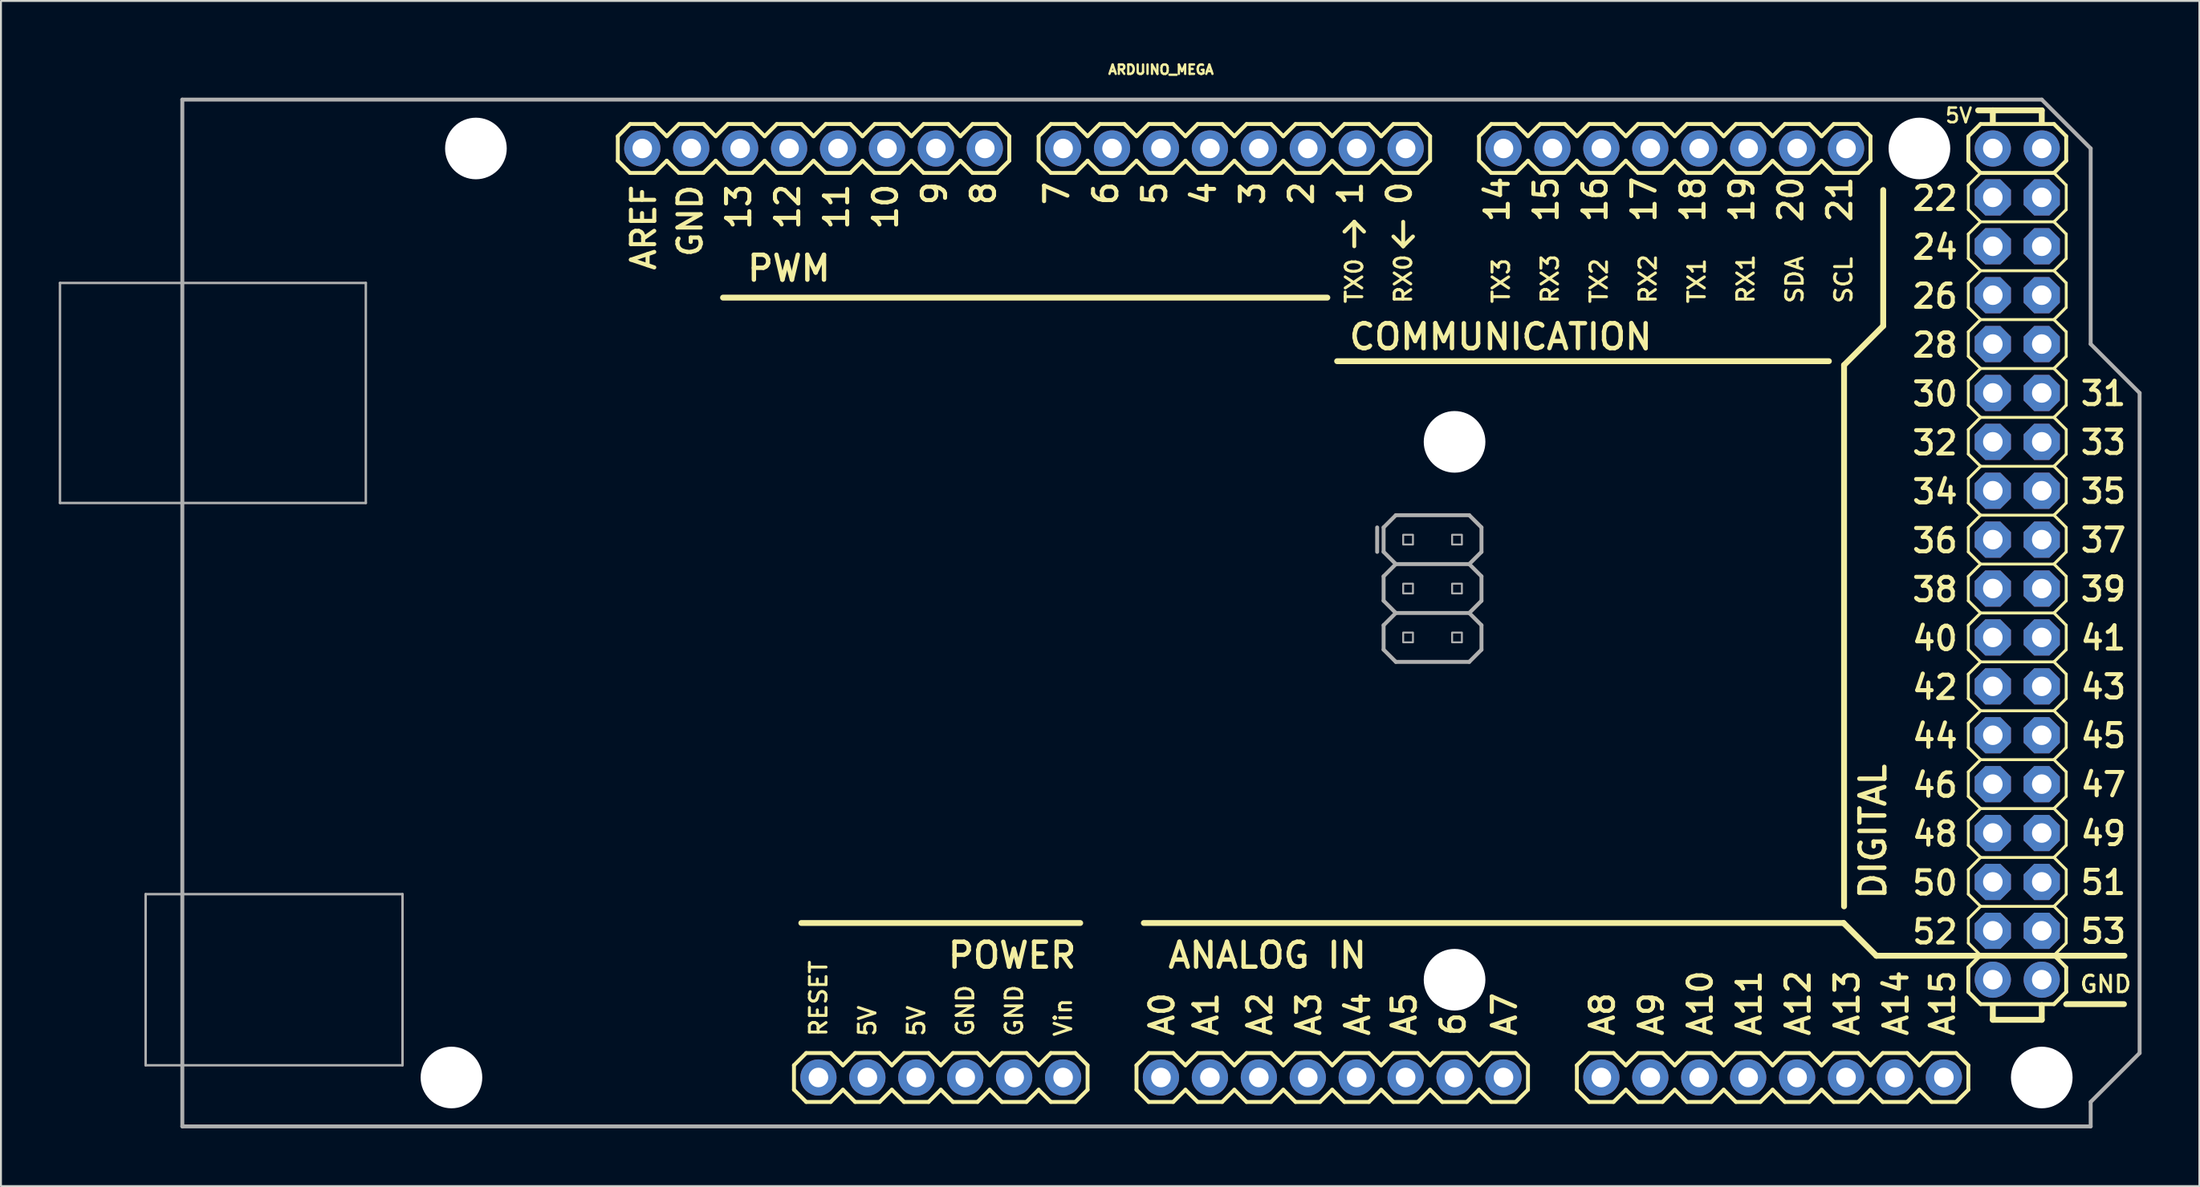
<source format=kicad_pcb>
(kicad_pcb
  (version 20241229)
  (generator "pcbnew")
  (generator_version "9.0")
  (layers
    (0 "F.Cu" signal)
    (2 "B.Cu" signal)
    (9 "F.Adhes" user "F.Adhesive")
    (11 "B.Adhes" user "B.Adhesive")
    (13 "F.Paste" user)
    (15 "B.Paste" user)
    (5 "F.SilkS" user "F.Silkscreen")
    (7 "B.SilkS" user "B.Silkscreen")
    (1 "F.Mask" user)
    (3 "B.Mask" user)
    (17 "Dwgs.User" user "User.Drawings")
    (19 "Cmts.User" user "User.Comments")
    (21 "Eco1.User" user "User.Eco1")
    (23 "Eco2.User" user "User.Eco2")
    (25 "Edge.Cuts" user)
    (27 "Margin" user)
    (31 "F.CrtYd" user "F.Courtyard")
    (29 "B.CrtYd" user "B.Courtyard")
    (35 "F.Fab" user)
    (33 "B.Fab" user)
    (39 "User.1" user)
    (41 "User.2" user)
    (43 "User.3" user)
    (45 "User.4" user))
  (footprint "ARDUINO_MEGA"
    (layer "F.Cu")
    (at 55.944 28.793)
    (property "Reference" "ARDUINO_MEGA" (at 1.27 -27.94 0) (layer "F.SilkS") (effects (font (size 0.488 0.488) (thickness 0.122)) (justify bottom)))
    (fp_line (start -26.924 -24.765) (end -26.924 -23.495) (stroke (width 0.203) (type solid)) (layer "F.SilkS"))
    (fp_line (start -26.924 -23.495) (end -26.289 -22.86) (stroke (width 0.203) (type solid)) (layer "F.SilkS"))
    (fp_line (start -26.289 -25.4) (end -26.924 -24.765) (stroke (width 0.203) (type solid)) (layer "F.SilkS"))
    (fp_line (start -26.289 -25.4) (end -25.019 -25.4) (stroke (width 0.203) (type solid)) (layer "F.SilkS"))
    (fp_line (start -25.019 -25.4) (end -24.384 -24.765) (stroke (width 0.203) (type solid)) (layer "F.SilkS"))
    (fp_line (start -25.019 -22.86) (end -26.289 -22.86) (stroke (width 0.203) (type solid)) (layer "F.SilkS"))
    (fp_line (start -24.384 -24.765) (end -23.749 -25.4) (stroke (width 0.203) (type solid)) (layer "F.SilkS"))
    (fp_line (start -24.384 -23.495) (end -25.019 -22.86) (stroke (width 0.203) (type solid)) (layer "F.SilkS"))
    (fp_line (start -23.749 -25.4) (end -22.479 -25.4) (stroke (width 0.203) (type solid)) (layer "F.SilkS"))
    (fp_line (start -23.749 -22.86) (end -24.384 -23.495) (stroke (width 0.203) (type solid)) (layer "F.SilkS"))
    (fp_line (start -22.479 -25.4) (end -21.844 -24.765) (stroke (width 0.203) (type solid)) (layer "F.SilkS"))
    (fp_line (start -22.479 -22.86) (end -23.749 -22.86) (stroke (width 0.203) (type solid)) (layer "F.SilkS"))
    (fp_line (start -21.844 -24.765) (end -21.209 -25.4) (stroke (width 0.203) (type solid)) (layer "F.SilkS"))
    (fp_line (start -21.844 -23.495) (end -22.479 -22.86) (stroke (width 0.203) (type solid)) (layer "F.SilkS"))
    (fp_line (start -21.209 -25.4) (end -19.939 -25.4) (stroke (width 0.203) (type solid)) (layer "F.SilkS"))
    (fp_line (start -21.209 -22.86) (end -21.844 -23.495) (stroke (width 0.203) (type solid)) (layer "F.SilkS"))
    (fp_line (start -19.939 -25.4) (end -19.304 -24.765) (stroke (width 0.203) (type solid)) (layer "F.SilkS"))
    (fp_line (start -19.939 -22.86) (end -21.209 -22.86) (stroke (width 0.203) (type solid)) (layer "F.SilkS"))
    (fp_line (start -19.304 -23.495) (end -19.939 -22.86) (stroke (width 0.203) (type solid)) (layer "F.SilkS"))
    (fp_line (start -19.304 -23.495) (end -18.669 -22.86) (stroke (width 0.203) (type solid)) (layer "F.SilkS"))
    (fp_line (start -18.669 -25.4) (end -19.304 -24.765) (stroke (width 0.203) (type solid)) (layer "F.SilkS"))
    (fp_line (start -18.669 -25.4) (end -17.399 -25.4) (stroke (width 0.203) (type solid)) (layer "F.SilkS"))
    (fp_line (start -17.78 23.495) (end -17.78 24.765) (stroke (width 0.203) (type solid)) (layer "F.SilkS"))
    (fp_line (start -17.78 24.765) (end -17.145 25.4) (stroke (width 0.203) (type solid)) (layer "F.SilkS"))
    (fp_line (start -17.399 -25.4) (end -16.764 -24.765) (stroke (width 0.203) (type solid)) (layer "F.SilkS"))
    (fp_line (start -17.399 -22.86) (end -18.669 -22.86) (stroke (width 0.203) (type solid)) (layer "F.SilkS"))
    (fp_line (start -17.145 22.86) (end -17.78 23.495) (stroke (width 0.203) (type solid)) (layer "F.SilkS"))
    (fp_line (start -17.145 22.86) (end -15.875 22.86) (stroke (width 0.203) (type solid)) (layer "F.SilkS"))
    (fp_line (start -16.764 -24.765) (end -16.129 -25.4) (stroke (width 0.203) (type solid)) (layer "F.SilkS"))
    (fp_line (start -16.764 -23.495) (end -17.399 -22.86) (stroke (width 0.203) (type solid)) (layer "F.SilkS"))
    (fp_line (start -16.129 -25.4) (end -14.859 -25.4) (stroke (width 0.203) (type solid)) (layer "F.SilkS"))
    (fp_line (start -16.129 -22.86) (end -16.764 -23.495) (stroke (width 0.203) (type solid)) (layer "F.SilkS"))
    (fp_line (start -15.875 22.86) (end -15.24 23.495) (stroke (width 0.203) (type solid)) (layer "F.SilkS"))
    (fp_line (start -15.875 25.4) (end -17.145 25.4) (stroke (width 0.203) (type solid)) (layer "F.SilkS"))
    (fp_line (start -15.24 23.495) (end -14.605 22.86) (stroke (width 0.203) (type solid)) (layer "F.SilkS"))
    (fp_line (start -15.24 24.765) (end -15.875 25.4) (stroke (width 0.203) (type solid)) (layer "F.SilkS"))
    (fp_line (start -14.859 -25.4) (end -14.224 -24.765) (stroke (width 0.203) (type solid)) (layer "F.SilkS"))
    (fp_line (start -14.859 -22.86) (end -16.129 -22.86) (stroke (width 0.203) (type solid)) (layer "F.SilkS"))
    (fp_line (start -14.605 22.86) (end -13.335 22.86) (stroke (width 0.203) (type solid)) (layer "F.SilkS"))
    (fp_line (start -14.605 25.4) (end -15.24 24.765) (stroke (width 0.203) (type solid)) (layer "F.SilkS"))
    (fp_line (start -14.224 -24.765) (end -13.589 -25.4) (stroke (width 0.203) (type solid)) (layer "F.SilkS"))
    (fp_line (start -14.224 -23.495) (end -14.859 -22.86) (stroke (width 0.203) (type solid)) (layer "F.SilkS"))
    (fp_line (start -13.589 -25.4) (end -12.319 -25.4) (stroke (width 0.203) (type solid)) (layer "F.SilkS"))
    (fp_line (start -13.589 -22.86) (end -14.224 -23.495) (stroke (width 0.203) (type solid)) (layer "F.SilkS"))
    (fp_line (start -13.335 22.86) (end -12.7 23.495) (stroke (width 0.203) (type solid)) (layer "F.SilkS"))
    (fp_line (start -13.335 25.4) (end -14.605 25.4) (stroke (width 0.203) (type solid)) (layer "F.SilkS"))
    (fp_line (start -12.7 23.495) (end -12.065 22.86) (stroke (width 0.203) (type solid)) (layer "F.SilkS"))
    (fp_line (start -12.7 24.765) (end -13.335 25.4) (stroke (width 0.203) (type solid)) (layer "F.SilkS"))
    (fp_line (start -12.319 -25.4) (end -11.684 -24.765) (stroke (width 0.203) (type solid)) (layer "F.SilkS"))
    (fp_line (start -12.319 -22.86) (end -13.589 -22.86) (stroke (width 0.203) (type solid)) (layer "F.SilkS"))
    (fp_line (start -12.065 22.86) (end -10.795 22.86) (stroke (width 0.203) (type solid)) (layer "F.SilkS"))
    (fp_line (start -12.065 25.4) (end -12.7 24.765) (stroke (width 0.203) (type solid)) (layer "F.SilkS"))
    (fp_line (start -11.684 -23.495) (end -12.319 -22.86) (stroke (width 0.203) (type solid)) (layer "F.SilkS"))
    (fp_line (start -11.684 -23.495) (end -11.049 -22.86) (stroke (width 0.203) (type solid)) (layer "F.SilkS"))
    (fp_line (start -11.049 -25.4) (end -11.684 -24.765) (stroke (width 0.203) (type solid)) (layer "F.SilkS"))
    (fp_line (start -11.049 -25.4) (end -9.779 -25.4) (stroke (width 0.203) (type solid)) (layer "F.SilkS"))
    (fp_line (start -10.795 22.86) (end -10.16 23.495) (stroke (width 0.203) (type solid)) (layer "F.SilkS"))
    (fp_line (start -10.795 25.4) (end -12.065 25.4) (stroke (width 0.203) (type solid)) (layer "F.SilkS"))
    (fp_line (start -10.16 24.765) (end -10.795 25.4) (stroke (width 0.203) (type solid)) (layer "F.SilkS"))
    (fp_line (start -10.16 24.765) (end -9.525 25.4) (stroke (width 0.203) (type solid)) (layer "F.SilkS"))
    (fp_line (start -9.779 -25.4) (end -9.144 -24.765) (stroke (width 0.203) (type solid)) (layer "F.SilkS"))
    (fp_line (start -9.779 -22.86) (end -11.049 -22.86) (stroke (width 0.203) (type solid)) (layer "F.SilkS"))
    (fp_line (start -9.525 22.86) (end -10.16 23.495) (stroke (width 0.203) (type solid)) (layer "F.SilkS"))
    (fp_line (start -9.525 22.86) (end -8.255 22.86) (stroke (width 0.203) (type solid)) (layer "F.SilkS"))
    (fp_line (start -9.144 -23.495) (end -9.779 -22.86) (stroke (width 0.203) (type solid)) (layer "F.SilkS"))
    (fp_line (start -9.144 -23.495) (end -8.509 -22.86) (stroke (width 0.203) (type solid)) (layer "F.SilkS"))
    (fp_line (start -8.509 -25.4) (end -9.144 -24.765) (stroke (width 0.203) (type solid)) (layer "F.SilkS"))
    (fp_line (start -8.509 -25.4) (end -7.239 -25.4) (stroke (width 0.203) (type solid)) (layer "F.SilkS"))
    (fp_line (start -8.255 22.86) (end -7.62 23.495) (stroke (width 0.203) (type solid)) (layer "F.SilkS"))
    (fp_line (start -8.255 25.4) (end -9.525 25.4) (stroke (width 0.203) (type solid)) (layer "F.SilkS"))
    (fp_line (start -7.62 23.495) (end -6.985 22.86) (stroke (width 0.203) (type solid)) (layer "F.SilkS"))
    (fp_line (start -7.62 24.765) (end -8.255 25.4) (stroke (width 0.203) (type solid)) (layer "F.SilkS"))
    (fp_line (start -7.239 -25.4) (end -6.604 -24.765) (stroke (width 0.203) (type solid)) (layer "F.SilkS"))
    (fp_line (start -7.239 -22.86) (end -8.509 -22.86) (stroke (width 0.203) (type solid)) (layer "F.SilkS"))
    (fp_line (start -6.985 22.86) (end -5.715 22.86) (stroke (width 0.203) (type solid)) (layer "F.SilkS"))
    (fp_line (start -6.985 25.4) (end -7.62 24.765) (stroke (width 0.203) (type solid)) (layer "F.SilkS"))
    (fp_line (start -6.604 -24.765) (end -6.604 -23.495) (stroke (width 0.203) (type solid)) (layer "F.SilkS"))
    (fp_line (start -6.604 -23.495) (end -7.239 -22.86) (stroke (width 0.203) (type solid)) (layer "F.SilkS"))
    (fp_line (start -5.715 22.86) (end -5.08 23.495) (stroke (width 0.203) (type solid)) (layer "F.SilkS"))
    (fp_line (start -5.715 25.4) (end -6.985 25.4) (stroke (width 0.203) (type solid)) (layer "F.SilkS"))
    (fp_line (start -5.08 -24.765) (end -5.08 -23.495) (stroke (width 0.203) (type solid)) (layer "F.SilkS"))
    (fp_line (start -5.08 -23.495) (end -4.445 -22.86) (stroke (width 0.203) (type solid)) (layer "F.SilkS"))
    (fp_line (start -5.08 23.495) (end -4.445 22.86) (stroke (width 0.203) (type solid)) (layer "F.SilkS"))
    (fp_line (start -5.08 24.765) (end -5.715 25.4) (stroke (width 0.203) (type solid)) (layer "F.SilkS"))
    (fp_line (start -4.445 -25.4) (end -5.08 -24.765) (stroke (width 0.203) (type solid)) (layer "F.SilkS"))
    (fp_line (start -4.445 -25.4) (end -3.175 -25.4) (stroke (width 0.203) (type solid)) (layer "F.SilkS"))
    (fp_line (start -4.445 22.86) (end -3.175 22.86) (stroke (width 0.203) (type solid)) (layer "F.SilkS"))
    (fp_line (start -4.445 25.4) (end -5.08 24.765) (stroke (width 0.203) (type solid)) (layer "F.SilkS"))
    (fp_line (start -3.175 -25.4) (end -2.54 -24.765) (stroke (width 0.203) (type solid)) (layer "F.SilkS"))
    (fp_line (start -3.175 -22.86) (end -4.445 -22.86) (stroke (width 0.203) (type solid)) (layer "F.SilkS"))
    (fp_line (start -3.175 22.86) (end -2.54 23.495) (stroke (width 0.203) (type solid)) (layer "F.SilkS"))
    (fp_line (start -3.175 25.4) (end -4.445 25.4) (stroke (width 0.203) (type solid)) (layer "F.SilkS"))
    (fp_line (start -2.921 16.104) (end -17.399 16.104) (stroke (width 0.305) (type solid)) (layer "F.SilkS"))
    (fp_line (start -2.54 -24.765) (end -1.905 -25.4) (stroke (width 0.203) (type solid)) (layer "F.SilkS"))
    (fp_line (start -2.54 -23.495) (end -3.175 -22.86) (stroke (width 0.203) (type solid)) (layer "F.SilkS"))
    (fp_line (start -2.54 23.495) (end -2.54 24.765) (stroke (width 0.203) (type solid)) (layer "F.SilkS"))
    (fp_line (start -2.54 24.765) (end -3.175 25.4) (stroke (width 0.203) (type solid)) (layer "F.SilkS"))
    (fp_line (start -1.905 -25.4) (end -0.635 -25.4) (stroke (width 0.203) (type solid)) (layer "F.SilkS"))
    (fp_line (start -1.905 -22.86) (end -2.54 -23.495) (stroke (width 0.203) (type solid)) (layer "F.SilkS"))
    (fp_line (start -0.635 -25.4) (end 0 -24.765) (stroke (width 0.203) (type solid)) (layer "F.SilkS"))
    (fp_line (start -0.635 -22.86) (end -1.905 -22.86) (stroke (width 0.203) (type solid)) (layer "F.SilkS"))
    (fp_line (start 0 -24.765) (end 0.635 -25.4) (stroke (width 0.203) (type solid)) (layer "F.SilkS"))
    (fp_line (start 0 -23.495) (end -0.635 -22.86) (stroke (width 0.203) (type solid)) (layer "F.SilkS"))
    (fp_line (start 0 23.495) (end 0 24.765) (stroke (width 0.203) (type solid)) (layer "F.SilkS"))
    (fp_line (start 0 24.765) (end 0.635 25.4) (stroke (width 0.203) (type solid)) (layer "F.SilkS"))
    (fp_line (start 0.635 -25.4) (end 1.905 -25.4) (stroke (width 0.203) (type solid)) (layer "F.SilkS"))
    (fp_line (start 0.635 -22.86) (end 0 -23.495) (stroke (width 0.203) (type solid)) (layer "F.SilkS"))
    (fp_line (start 0.635 22.86) (end 0 23.495) (stroke (width 0.203) (type solid)) (layer "F.SilkS"))
    (fp_line (start 0.635 22.86) (end 1.905 22.86) (stroke (width 0.203) (type solid)) (layer "F.SilkS"))
    (fp_line (start 1.905 -25.4) (end 2.54 -24.765) (stroke (width 0.203) (type solid)) (layer "F.SilkS"))
    (fp_line (start 1.905 -22.86) (end 0.635 -22.86) (stroke (width 0.203) (type solid)) (layer "F.SilkS"))
    (fp_line (start 1.905 22.86) (end 2.54 23.495) (stroke (width 0.203) (type solid)) (layer "F.SilkS"))
    (fp_line (start 1.905 25.4) (end 0.635 25.4) (stroke (width 0.203) (type solid)) (layer "F.SilkS"))
    (fp_line (start 2.54 -23.495) (end 1.905 -22.86) (stroke (width 0.203) (type solid)) (layer "F.SilkS"))
    (fp_line (start 2.54 -23.495) (end 3.175 -22.86) (stroke (width 0.203) (type solid)) (layer "F.SilkS"))
    (fp_line (start 2.54 23.495) (end 3.175 22.86) (stroke (width 0.203) (type solid)) (layer "F.SilkS"))
    (fp_line (start 2.54 24.765) (end 1.905 25.4) (stroke (width 0.203) (type solid)) (layer "F.SilkS"))
    (fp_line (start 3.175 -25.4) (end 2.54 -24.765) (stroke (width 0.203) (type solid)) (layer "F.SilkS"))
    (fp_line (start 3.175 -25.4) (end 4.445 -25.4) (stroke (width 0.203) (type solid)) (layer "F.SilkS"))
    (fp_line (start 3.175 22.86) (end 4.445 22.86) (stroke (width 0.203) (type solid)) (layer "F.SilkS"))
    (fp_line (start 3.175 25.4) (end 2.54 24.765) (stroke (width 0.203) (type solid)) (layer "F.SilkS"))
    (fp_line (start 4.445 -25.4) (end 5.08 -24.765) (stroke (width 0.203) (type solid)) (layer "F.SilkS"))
    (fp_line (start 4.445 -22.86) (end 3.175 -22.86) (stroke (width 0.203) (type solid)) (layer "F.SilkS"))
    (fp_line (start 4.445 22.86) (end 5.08 23.495) (stroke (width 0.203) (type solid)) (layer "F.SilkS"))
    (fp_line (start 4.445 25.4) (end 3.175 25.4) (stroke (width 0.203) (type solid)) (layer "F.SilkS"))
    (fp_line (start 5.08 -24.765) (end 5.715 -25.4) (stroke (width 0.203) (type solid)) (layer "F.SilkS"))
    (fp_line (start 5.08 -23.495) (end 4.445 -22.86) (stroke (width 0.203) (type solid)) (layer "F.SilkS"))
    (fp_line (start 5.08 23.495) (end 5.715 22.86) (stroke (width 0.203) (type solid)) (layer "F.SilkS"))
    (fp_line (start 5.08 24.765) (end 4.445 25.4) (stroke (width 0.203) (type solid)) (layer "F.SilkS"))
    (fp_line (start 5.715 -25.4) (end 6.985 -25.4) (stroke (width 0.203) (type solid)) (layer "F.SilkS"))
    (fp_line (start 5.715 -22.86) (end 5.08 -23.495) (stroke (width 0.203) (type solid)) (layer "F.SilkS"))
    (fp_line (start 5.715 22.86) (end 6.985 22.86) (stroke (width 0.203) (type solid)) (layer "F.SilkS"))
    (fp_line (start 5.715 25.4) (end 5.08 24.765) (stroke (width 0.203) (type solid)) (layer "F.SilkS"))
    (fp_line (start 6.985 -25.4) (end 7.62 -24.765) (stroke (width 0.203) (type solid)) (layer "F.SilkS"))
    (fp_line (start 6.985 -22.86) (end 5.715 -22.86) (stroke (width 0.203) (type solid)) (layer "F.SilkS"))
    (fp_line (start 6.985 22.86) (end 7.62 23.495) (stroke (width 0.203) (type solid)) (layer "F.SilkS"))
    (fp_line (start 6.985 25.4) (end 5.715 25.4) (stroke (width 0.203) (type solid)) (layer "F.SilkS"))
    (fp_line (start 7.62 -24.765) (end 8.255 -25.4) (stroke (width 0.203) (type solid)) (layer "F.SilkS"))
    (fp_line (start 7.62 -23.495) (end 6.985 -22.86) (stroke (width 0.203) (type solid)) (layer "F.SilkS"))
    (fp_line (start 7.62 24.765) (end 6.985 25.4) (stroke (width 0.203) (type solid)) (layer "F.SilkS"))
    (fp_line (start 7.62 24.765) (end 8.255 25.4) (stroke (width 0.203) (type solid)) (layer "F.SilkS"))
    (fp_line (start 8.255 -25.4) (end 9.525 -25.4) (stroke (width 0.203) (type solid)) (layer "F.SilkS"))
    (fp_line (start 8.255 -22.86) (end 7.62 -23.495) (stroke (width 0.203) (type solid)) (layer "F.SilkS"))
    (fp_line (start 8.255 22.86) (end 7.62 23.495) (stroke (width 0.203) (type solid)) (layer "F.SilkS"))
    (fp_line (start 8.255 22.86) (end 9.525 22.86) (stroke (width 0.203) (type solid)) (layer "F.SilkS"))
    (fp_line (start 9.525 -25.4) (end 10.16 -24.765) (stroke (width 0.203) (type solid)) (layer "F.SilkS"))
    (fp_line (start 9.525 -22.86) (end 8.255 -22.86) (stroke (width 0.203) (type solid)) (layer "F.SilkS"))
    (fp_line (start 9.525 22.86) (end 10.16 23.495) (stroke (width 0.203) (type solid)) (layer "F.SilkS"))
    (fp_line (start 9.525 25.4) (end 8.255 25.4) (stroke (width 0.203) (type solid)) (layer "F.SilkS"))
    (fp_line (start 9.906 -16.383) (end -21.463 -16.383) (stroke (width 0.305) (type solid)) (layer "F.SilkS"))
    (fp_line (start 10.16 -23.495) (end 9.525 -22.86) (stroke (width 0.203) (type solid)) (layer "F.SilkS"))
    (fp_line (start 10.16 -23.495) (end 10.795 -22.86) (stroke (width 0.203) (type solid)) (layer "F.SilkS"))
    (fp_line (start 10.16 23.495) (end 10.795 22.86) (stroke (width 0.203) (type solid)) (layer "F.SilkS"))
    (fp_line (start 10.16 24.765) (end 9.525 25.4) (stroke (width 0.203) (type solid)) (layer "F.SilkS"))
    (fp_line (start 10.414 -13.081) (end 35.941 -13.081) (stroke (width 0.305) (type solid)) (layer "F.SilkS"))
    (fp_line (start 10.795 -25.4) (end 10.16 -24.765) (stroke (width 0.203) (type solid)) (layer "F.SilkS"))
    (fp_line (start 10.795 -25.4) (end 12.065 -25.4) (stroke (width 0.203) (type solid)) (layer "F.SilkS"))
    (fp_line (start 10.795 -19.812) (end 11.303 -20.32) (stroke (width 0.203) (type solid)) (layer "F.SilkS"))
    (fp_line (start 10.795 22.86) (end 12.065 22.86) (stroke (width 0.203) (type solid)) (layer "F.SilkS"))
    (fp_line (start 10.795 25.4) (end 10.16 24.765) (stroke (width 0.203) (type solid)) (layer "F.SilkS"))
    (fp_line (start 11.303 -20.32) (end 11.811 -19.812) (stroke (width 0.203) (type solid)) (layer "F.SilkS"))
    (fp_line (start 11.303 -19.05) (end 11.303 -20.32) (stroke (width 0.203) (type solid)) (layer "F.SilkS"))
    (fp_line (start 12.065 -25.4) (end 12.7 -24.765) (stroke (width 0.203) (type solid)) (layer "F.SilkS"))
    (fp_line (start 12.065 -22.86) (end 10.795 -22.86) (stroke (width 0.203) (type solid)) (layer "F.SilkS"))
    (fp_line (start 12.065 22.86) (end 12.7 23.495) (stroke (width 0.203) (type solid)) (layer "F.SilkS"))
    (fp_line (start 12.065 25.4) (end 10.795 25.4) (stroke (width 0.203) (type solid)) (layer "F.SilkS"))
    (fp_line (start 12.7 -23.495) (end 12.065 -22.86) (stroke (width 0.203) (type solid)) (layer "F.SilkS"))
    (fp_line (start 12.7 -23.495) (end 13.335 -22.86) (stroke (width 0.203) (type solid)) (layer "F.SilkS"))
    (fp_line (start 12.7 23.495) (end 13.335 22.86) (stroke (width 0.203) (type solid)) (layer "F.SilkS"))
    (fp_line (start 12.7 24.765) (end 12.065 25.4) (stroke (width 0.203) (type solid)) (layer "F.SilkS"))
    (fp_line (start 13.335 -25.4) (end 12.7 -24.765) (stroke (width 0.203) (type solid)) (layer "F.SilkS"))
    (fp_line (start 13.335 -25.4) (end 14.605 -25.4) (stroke (width 0.203) (type solid)) (layer "F.SilkS"))
    (fp_line (start 13.335 22.86) (end 14.605 22.86) (stroke (width 0.203) (type solid)) (layer "F.SilkS"))
    (fp_line (start 13.335 25.4) (end 12.7 24.765) (stroke (width 0.203) (type solid)) (layer "F.SilkS"))
    (fp_line (start 13.843 -20.32) (end 13.843 -19.05) (stroke (width 0.203) (type solid)) (layer "F.SilkS"))
    (fp_line (start 13.843 -19.05) (end 13.335 -19.558) (stroke (width 0.203) (type solid)) (layer "F.SilkS"))
    (fp_line (start 14.351 -19.558) (end 13.843 -19.05) (stroke (width 0.203) (type solid)) (layer "F.SilkS"))
    (fp_line (start 14.605 -25.4) (end 15.24 -24.765) (stroke (width 0.203) (type solid)) (layer "F.SilkS"))
    (fp_line (start 14.605 -22.86) (end 13.335 -22.86) (stroke (width 0.203) (type solid)) (layer "F.SilkS"))
    (fp_line (start 14.605 22.86) (end 15.24 23.495) (stroke (width 0.203) (type solid)) (layer "F.SilkS"))
    (fp_line (start 14.605 25.4) (end 13.335 25.4) (stroke (width 0.203) (type solid)) (layer "F.SilkS"))
    (fp_line (start 15.24 -24.765) (end 15.24 -23.495) (stroke (width 0.203) (type solid)) (layer "F.SilkS"))
    (fp_line (start 15.24 -23.495) (end 14.605 -22.86) (stroke (width 0.203) (type solid)) (layer "F.SilkS"))
    (fp_line (start 15.24 24.765) (end 14.605 25.4) (stroke (width 0.203) (type solid)) (layer "F.SilkS"))
    (fp_line (start 15.24 24.765) (end 15.875 25.4) (stroke (width 0.203) (type solid)) (layer "F.SilkS"))
    (fp_line (start 15.875 22.86) (end 15.24 23.495) (stroke (width 0.203) (type solid)) (layer "F.SilkS"))
    (fp_line (start 15.875 22.86) (end 17.145 22.86) (stroke (width 0.203) (type solid)) (layer "F.SilkS"))
    (fp_line (start 17.145 22.86) (end 17.78 23.495) (stroke (width 0.203) (type solid)) (layer "F.SilkS"))
    (fp_line (start 17.145 25.4) (end 15.875 25.4) (stroke (width 0.203) (type solid)) (layer "F.SilkS"))
    (fp_line (start 17.78 -24.765) (end 17.78 -23.495) (stroke (width 0.203) (type solid)) (layer "F.SilkS"))
    (fp_line (start 17.78 -23.495) (end 18.415 -22.86) (stroke (width 0.203) (type solid)) (layer "F.SilkS"))
    (fp_line (start 17.78 24.765) (end 17.145 25.4) (stroke (width 0.203) (type solid)) (layer "F.SilkS"))
    (fp_line (start 17.78 24.765) (end 18.415 25.4) (stroke (width 0.203) (type solid)) (layer "F.SilkS"))
    (fp_line (start 18.415 -25.4) (end 17.78 -24.765) (stroke (width 0.203) (type solid)) (layer "F.SilkS"))
    (fp_line (start 18.415 -25.4) (end 19.685 -25.4) (stroke (width 0.203) (type solid)) (layer "F.SilkS"))
    (fp_line (start 18.415 22.86) (end 17.78 23.495) (stroke (width 0.203) (type solid)) (layer "F.SilkS"))
    (fp_line (start 18.415 22.86) (end 19.685 22.86) (stroke (width 0.203) (type solid)) (layer "F.SilkS"))
    (fp_line (start 19.685 -25.4) (end 20.32 -24.765) (stroke (width 0.203) (type solid)) (layer "F.SilkS"))
    (fp_line (start 19.685 -22.86) (end 18.415 -22.86) (stroke (width 0.203) (type solid)) (layer "F.SilkS"))
    (fp_line (start 19.685 22.86) (end 20.32 23.495) (stroke (width 0.203) (type solid)) (layer "F.SilkS"))
    (fp_line (start 19.685 25.4) (end 18.415 25.4) (stroke (width 0.203) (type solid)) (layer "F.SilkS"))
    (fp_line (start 20.32 -24.765) (end 20.955 -25.4) (stroke (width 0.203) (type solid)) (layer "F.SilkS"))
    (fp_line (start 20.32 -23.495) (end 19.685 -22.86) (stroke (width 0.203) (type solid)) (layer "F.SilkS"))
    (fp_line (start 20.32 23.495) (end 20.32 24.765) (stroke (width 0.203) (type solid)) (layer "F.SilkS"))
    (fp_line (start 20.32 24.765) (end 19.685 25.4) (stroke (width 0.203) (type solid)) (layer "F.SilkS"))
    (fp_line (start 20.955 -25.4) (end 22.225 -25.4) (stroke (width 0.203) (type solid)) (layer "F.SilkS"))
    (fp_line (start 20.955 -22.86) (end 20.32 -23.495) (stroke (width 0.203) (type solid)) (layer "F.SilkS"))
    (fp_line (start 22.225 -25.4) (end 22.86 -24.765) (stroke (width 0.203) (type solid)) (layer "F.SilkS"))
    (fp_line (start 22.225 -22.86) (end 20.955 -22.86) (stroke (width 0.203) (type solid)) (layer "F.SilkS"))
    (fp_line (start 22.86 -24.765) (end 23.495 -25.4) (stroke (width 0.203) (type solid)) (layer "F.SilkS"))
    (fp_line (start 22.86 -23.495) (end 22.225 -22.86) (stroke (width 0.203) (type solid)) (layer "F.SilkS"))
    (fp_line (start 22.86 23.495) (end 22.86 24.765) (stroke (width 0.203) (type solid)) (layer "F.SilkS"))
    (fp_line (start 22.86 24.765) (end 23.495 25.4) (stroke (width 0.203) (type solid)) (layer "F.SilkS"))
    (fp_line (start 23.495 -25.4) (end 24.765 -25.4) (stroke (width 0.203) (type solid)) (layer "F.SilkS"))
    (fp_line (start 23.495 -22.86) (end 22.86 -23.495) (stroke (width 0.203) (type solid)) (layer "F.SilkS"))
    (fp_line (start 23.495 22.86) (end 22.86 23.495) (stroke (width 0.203) (type solid)) (layer "F.SilkS"))
    (fp_line (start 23.495 22.86) (end 24.765 22.86) (stroke (width 0.203) (type solid)) (layer "F.SilkS"))
    (fp_line (start 24.765 -25.4) (end 25.4 -24.765) (stroke (width 0.203) (type solid)) (layer "F.SilkS"))
    (fp_line (start 24.765 -22.86) (end 23.495 -22.86) (stroke (width 0.203) (type solid)) (layer "F.SilkS"))
    (fp_line (start 24.765 22.86) (end 25.4 23.495) (stroke (width 0.203) (type solid)) (layer "F.SilkS"))
    (fp_line (start 24.765 25.4) (end 23.495 25.4) (stroke (width 0.203) (type solid)) (layer "F.SilkS"))
    (fp_line (start 25.4 -23.495) (end 24.765 -22.86) (stroke (width 0.203) (type solid)) (layer "F.SilkS"))
    (fp_line (start 25.4 -23.495) (end 26.035 -22.86) (stroke (width 0.203) (type solid)) (layer "F.SilkS"))
    (fp_line (start 25.4 23.495) (end 26.035 22.86) (stroke (width 0.203) (type solid)) (layer "F.SilkS"))
    (fp_line (start 25.4 24.765) (end 24.765 25.4) (stroke (width 0.203) (type solid)) (layer "F.SilkS"))
    (fp_line (start 26.035 -25.4) (end 25.4 -24.765) (stroke (width 0.203) (type solid)) (layer "F.SilkS"))
    (fp_line (start 26.035 -25.4) (end 27.305 -25.4) (stroke (width 0.203) (type solid)) (layer "F.SilkS"))
    (fp_line (start 26.035 22.86) (end 27.305 22.86) (stroke (width 0.203) (type solid)) (layer "F.SilkS"))
    (fp_line (start 26.035 25.4) (end 25.4 24.765) (stroke (width 0.203) (type solid)) (layer "F.SilkS"))
    (fp_line (start 27.305 -25.4) (end 27.94 -24.765) (stroke (width 0.203) (type solid)) (layer "F.SilkS"))
    (fp_line (start 27.305 -22.86) (end 26.035 -22.86) (stroke (width 0.203) (type solid)) (layer "F.SilkS"))
    (fp_line (start 27.305 22.86) (end 27.94 23.495) (stroke (width 0.203) (type solid)) (layer "F.SilkS"))
    (fp_line (start 27.305 25.4) (end 26.035 25.4) (stroke (width 0.203) (type solid)) (layer "F.SilkS"))
    (fp_line (start 27.94 -24.765) (end 28.575 -25.4) (stroke (width 0.203) (type solid)) (layer "F.SilkS"))
    (fp_line (start 27.94 -23.495) (end 27.305 -22.86) (stroke (width 0.203) (type solid)) (layer "F.SilkS"))
    (fp_line (start 27.94 23.495) (end 28.575 22.86) (stroke (width 0.203) (type solid)) (layer "F.SilkS"))
    (fp_line (start 27.94 24.765) (end 27.305 25.4) (stroke (width 0.203) (type solid)) (layer "F.SilkS"))
    (fp_line (start 28.575 -25.4) (end 29.845 -25.4) (stroke (width 0.203) (type solid)) (layer "F.SilkS"))
    (fp_line (start 28.575 -22.86) (end 27.94 -23.495) (stroke (width 0.203) (type solid)) (layer "F.SilkS"))
    (fp_line (start 28.575 22.86) (end 29.845 22.86) (stroke (width 0.203) (type solid)) (layer "F.SilkS"))
    (fp_line (start 28.575 25.4) (end 27.94 24.765) (stroke (width 0.203) (type solid)) (layer "F.SilkS"))
    (fp_line (start 29.845 -25.4) (end 30.48 -24.765) (stroke (width 0.203) (type solid)) (layer "F.SilkS"))
    (fp_line (start 29.845 -22.86) (end 28.575 -22.86) (stroke (width 0.203) (type solid)) (layer "F.SilkS"))
    (fp_line (start 29.845 22.86) (end 30.48 23.495) (stroke (width 0.203) (type solid)) (layer "F.SilkS"))
    (fp_line (start 29.845 25.4) (end 28.575 25.4) (stroke (width 0.203) (type solid)) (layer "F.SilkS"))
    (fp_line (start 30.48 -24.765) (end 31.115 -25.4) (stroke (width 0.203) (type solid)) (layer "F.SilkS"))
    (fp_line (start 30.48 -23.495) (end 29.845 -22.86) (stroke (width 0.203) (type solid)) (layer "F.SilkS"))
    (fp_line (start 30.48 24.765) (end 29.845 25.4) (stroke (width 0.203) (type solid)) (layer "F.SilkS"))
    (fp_line (start 30.48 24.765) (end 31.115 25.4) (stroke (width 0.203) (type solid)) (layer "F.SilkS"))
    (fp_line (start 31.115 -25.4) (end 32.385 -25.4) (stroke (width 0.203) (type solid)) (layer "F.SilkS"))
    (fp_line (start 31.115 -22.86) (end 30.48 -23.495) (stroke (width 0.203) (type solid)) (layer "F.SilkS"))
    (fp_line (start 31.115 22.86) (end 30.48 23.495) (stroke (width 0.203) (type solid)) (layer "F.SilkS"))
    (fp_line (start 31.115 22.86) (end 32.385 22.86) (stroke (width 0.203) (type solid)) (layer "F.SilkS"))
    (fp_line (start 32.385 -25.4) (end 33.02 -24.765) (stroke (width 0.203) (type solid)) (layer "F.SilkS"))
    (fp_line (start 32.385 -22.86) (end 31.115 -22.86) (stroke (width 0.203) (type solid)) (layer "F.SilkS"))
    (fp_line (start 32.385 22.86) (end 33.02 23.495) (stroke (width 0.203) (type solid)) (layer "F.SilkS"))
    (fp_line (start 32.385 25.4) (end 31.115 25.4) (stroke (width 0.203) (type solid)) (layer "F.SilkS"))
    (fp_line (start 33.02 -23.495) (end 32.385 -22.86) (stroke (width 0.203) (type solid)) (layer "F.SilkS"))
    (fp_line (start 33.02 -23.495) (end 33.655 -22.86) (stroke (width 0.203) (type solid)) (layer "F.SilkS"))
    (fp_line (start 33.02 23.495) (end 33.655 22.86) (stroke (width 0.203) (type solid)) (layer "F.SilkS"))
    (fp_line (start 33.02 24.765) (end 32.385 25.4) (stroke (width 0.203) (type solid)) (layer "F.SilkS"))
    (fp_line (start 33.655 -25.4) (end 33.02 -24.765) (stroke (width 0.203) (type solid)) (layer "F.SilkS"))
    (fp_line (start 33.655 -25.4) (end 34.925 -25.4) (stroke (width 0.203) (type solid)) (layer "F.SilkS"))
    (fp_line (start 33.655 22.86) (end 34.925 22.86) (stroke (width 0.203) (type solid)) (layer "F.SilkS"))
    (fp_line (start 33.655 25.4) (end 33.02 24.765) (stroke (width 0.203) (type solid)) (layer "F.SilkS"))
    (fp_line (start 34.925 -25.4) (end 35.56 -24.765) (stroke (width 0.203) (type solid)) (layer "F.SilkS"))
    (fp_line (start 34.925 -22.86) (end 33.655 -22.86) (stroke (width 0.203) (type solid)) (layer "F.SilkS"))
    (fp_line (start 34.925 22.86) (end 35.56 23.495) (stroke (width 0.203) (type solid)) (layer "F.SilkS"))
    (fp_line (start 34.925 25.4) (end 33.655 25.4) (stroke (width 0.203) (type solid)) (layer "F.SilkS"))
    (fp_line (start 35.56 -23.495) (end 34.925 -22.86) (stroke (width 0.203) (type solid)) (layer "F.SilkS"))
    (fp_line (start 35.56 -23.495) (end 36.195 -22.86) (stroke (width 0.203) (type solid)) (layer "F.SilkS"))
    (fp_line (start 35.56 23.495) (end 36.195 22.86) (stroke (width 0.203) (type solid)) (layer "F.SilkS"))
    (fp_line (start 35.56 24.765) (end 34.925 25.4) (stroke (width 0.203) (type solid)) (layer "F.SilkS"))
    (fp_line (start 36.195 -25.4) (end 35.56 -24.765) (stroke (width 0.203) (type solid)) (layer "F.SilkS"))
    (fp_line (start 36.195 -25.4) (end 37.465 -25.4) (stroke (width 0.203) (type solid)) (layer "F.SilkS"))
    (fp_line (start 36.195 22.86) (end 37.465 22.86) (stroke (width 0.203) (type solid)) (layer "F.SilkS"))
    (fp_line (start 36.195 25.4) (end 35.56 24.765) (stroke (width 0.203) (type solid)) (layer "F.SilkS"))
    (fp_line (start 36.703 16.104) (end 0.381 16.104) (stroke (width 0.305) (type solid)) (layer "F.SilkS"))
    (fp_line (start 36.703 16.104) (end 38.405 17.805) (stroke (width 0.305) (type solid)) (layer "F.SilkS"))
    (fp_line (start 36.728 -12.878) (end 36.728 15.24) (stroke (width 0.305) (type solid)) (layer "F.SilkS"))
    (fp_line (start 36.728 -12.878) (end 38.76 -14.91) (stroke (width 0.305) (type solid)) (layer "F.SilkS"))
    (fp_line (start 37.465 -25.4) (end 38.1 -24.765) (stroke (width 0.203) (type solid)) (layer "F.SilkS"))
    (fp_line (start 37.465 -22.86) (end 36.195 -22.86) (stroke (width 0.203) (type solid)) (layer "F.SilkS"))
    (fp_line (start 37.465 22.86) (end 38.1 23.495) (stroke (width 0.203) (type solid)) (layer "F.SilkS"))
    (fp_line (start 37.465 25.4) (end 36.195 25.4) (stroke (width 0.203) (type solid)) (layer "F.SilkS"))
    (fp_line (start 38.1 -24.765) (end 38.1 -23.495) (stroke (width 0.203) (type solid)) (layer "F.SilkS"))
    (fp_line (start 38.1 -23.495) (end 37.465 -22.86) (stroke (width 0.203) (type solid)) (layer "F.SilkS"))
    (fp_line (start 38.1 24.765) (end 37.465 25.4) (stroke (width 0.203) (type solid)) (layer "F.SilkS"))
    (fp_line (start 38.1 24.765) (end 38.735 25.4) (stroke (width 0.203) (type solid)) (layer "F.SilkS"))
    (fp_line (start 38.405 17.805) (end 51.283 17.805) (stroke (width 0.305) (type solid)) (layer "F.SilkS"))
    (fp_line (start 38.735 22.86) (end 38.1 23.495) (stroke (width 0.203) (type solid)) (layer "F.SilkS"))
    (fp_line (start 38.735 22.86) (end 40.005 22.86) (stroke (width 0.203) (type solid)) (layer "F.SilkS"))
    (fp_line (start 38.76 -14.91) (end 38.76 -21.971) (stroke (width 0.305) (type solid)) (layer "F.SilkS"))
    (fp_line (start 40.005 22.86) (end 40.64 23.495) (stroke (width 0.203) (type solid)) (layer "F.SilkS"))
    (fp_line (start 40.005 25.4) (end 38.735 25.4) (stroke (width 0.203) (type solid)) (layer "F.SilkS"))
    (fp_line (start 40.64 24.765) (end 40.005 25.4) (stroke (width 0.203) (type solid)) (layer "F.SilkS"))
    (fp_line (start 40.64 24.765) (end 41.275 25.4) (stroke (width 0.203) (type solid)) (layer "F.SilkS"))
    (fp_line (start 41.275 22.86) (end 40.64 23.495) (stroke (width 0.203) (type solid)) (layer "F.SilkS"))
    (fp_line (start 41.275 22.86) (end 42.545 22.86) (stroke (width 0.203) (type solid)) (layer "F.SilkS"))
    (fp_line (start 42.545 22.86) (end 43.18 23.495) (stroke (width 0.203) (type solid)) (layer "F.SilkS"))
    (fp_line (start 42.545 25.4) (end 41.275 25.4) (stroke (width 0.203) (type solid)) (layer "F.SilkS"))
    (fp_line (start 43.18 -24.765) (end 43.18 -23.495) (stroke (width 0.203) (type solid)) (layer "F.SilkS"))
    (fp_line (start 43.18 -23.495) (end 43.815 -22.86) (stroke (width 0.203) (type solid)) (layer "F.SilkS"))
    (fp_line (start 43.18 -22.225) (end 43.815 -22.86) (stroke (width 0.152) (type solid)) (layer "F.SilkS"))
    (fp_line (start 43.18 -20.955) (end 43.18 -22.225) (stroke (width 0.152) (type solid)) (layer "F.SilkS"))
    (fp_line (start 43.18 -19.685) (end 43.815 -20.32) (stroke (width 0.152) (type solid)) (layer "F.SilkS"))
    (fp_line (start 43.18 -18.415) (end 43.18 -19.685) (stroke (width 0.152) (type solid)) (layer "F.SilkS"))
    (fp_line (start 43.18 -17.145) (end 43.815 -17.78) (stroke (width 0.152) (type solid)) (layer "F.SilkS"))
    (fp_line (start 43.18 -15.875) (end 43.18 -17.145) (stroke (width 0.152) (type solid)) (layer "F.SilkS"))
    (fp_line (start 43.18 -14.605) (end 43.815 -15.24) (stroke (width 0.152) (type solid)) (layer "F.SilkS"))
    (fp_line (start 43.18 -13.335) (end 43.18 -14.605) (stroke (width 0.152) (type solid)) (layer "F.SilkS"))
    (fp_line (start 43.18 -12.065) (end 43.815 -12.7) (stroke (width 0.152) (type solid)) (layer "F.SilkS"))
    (fp_line (start 43.18 -10.795) (end 43.18 -12.065) (stroke (width 0.152) (type solid)) (layer "F.SilkS"))
    (fp_line (start 43.18 -9.525) (end 43.815 -10.16) (stroke (width 0.152) (type solid)) (layer "F.SilkS"))
    (fp_line (start 43.18 -8.255) (end 43.18 -9.525) (stroke (width 0.152) (type solid)) (layer "F.SilkS"))
    (fp_line (start 43.18 -6.985) (end 43.815 -7.62) (stroke (width 0.152) (type solid)) (layer "F.SilkS"))
    (fp_line (start 43.18 -5.715) (end 43.18 -6.985) (stroke (width 0.152) (type solid)) (layer "F.SilkS"))
    (fp_line (start 43.18 -4.445) (end 43.815 -5.08) (stroke (width 0.152) (type solid)) (layer "F.SilkS"))
    (fp_line (start 43.18 -3.175) (end 43.18 -4.445) (stroke (width 0.152) (type solid)) (layer "F.SilkS"))
    (fp_line (start 43.18 -1.905) (end 43.815 -2.54) (stroke (width 0.152) (type solid)) (layer "F.SilkS"))
    (fp_line (start 43.18 -0.635) (end 43.18 -1.905) (stroke (width 0.152) (type solid)) (layer "F.SilkS"))
    (fp_line (start 43.18 0.635) (end 43.815 0) (stroke (width 0.152) (type solid)) (layer "F.SilkS"))
    (fp_line (start 43.18 1.905) (end 43.18 0.635) (stroke (width 0.152) (type solid)) (layer "F.SilkS"))
    (fp_line (start 43.18 3.175) (end 43.815 2.54) (stroke (width 0.152) (type solid)) (layer "F.SilkS"))
    (fp_line (start 43.18 4.445) (end 43.18 3.175) (stroke (width 0.152) (type solid)) (layer "F.SilkS"))
    (fp_line (start 43.18 5.715) (end 43.815 5.08) (stroke (width 0.152) (type solid)) (layer "F.SilkS"))
    (fp_line (start 43.18 6.985) (end 43.18 5.715) (stroke (width 0.152) (type solid)) (layer "F.SilkS"))
    (fp_line (start 43.18 8.255) (end 43.815 7.62) (stroke (width 0.152) (type solid)) (layer "F.SilkS"))
    (fp_line (start 43.18 9.525) (end 43.18 8.255) (stroke (width 0.152) (type solid)) (layer "F.SilkS"))
    (fp_line (start 43.18 10.795) (end 43.815 10.16) (stroke (width 0.152) (type solid)) (layer "F.SilkS"))
    (fp_line (start 43.18 12.065) (end 43.18 10.795) (stroke (width 0.152) (type solid)) (layer "F.SilkS"))
    (fp_line (start 43.18 13.335) (end 43.815 12.7) (stroke (width 0.152) (type solid)) (layer "F.SilkS"))
    (fp_line (start 43.18 14.605) (end 43.18 13.335) (stroke (width 0.152) (type solid)) (layer "F.SilkS"))
    (fp_line (start 43.18 15.875) (end 43.815 15.24) (stroke (width 0.152) (type solid)) (layer "F.SilkS"))
    (fp_line (start 43.18 17.145) (end 43.18 15.875) (stroke (width 0.152) (type solid)) (layer "F.SilkS"))
    (fp_line (start 43.18 18.415) (end 43.18 19.685) (stroke (width 0.203) (type solid)) (layer "F.SilkS"))
    (fp_line (start 43.18 19.685) (end 43.815 20.32) (stroke (width 0.203) (type solid)) (layer "F.SilkS"))
    (fp_line (start 43.18 23.495) (end 43.18 24.765) (stroke (width 0.203) (type solid)) (layer "F.SilkS"))
    (fp_line (start 43.18 24.765) (end 42.545 25.4) (stroke (width 0.203) (type solid)) (layer "F.SilkS"))
    (fp_line (start 43.688 -26.111) (end 44.45 -26.111) (stroke (width 0.305) (type solid)) (layer "F.SilkS"))
    (fp_line (start 43.815 -25.4) (end 43.18 -24.765) (stroke (width 0.203) (type solid)) (layer "F.SilkS"))
    (fp_line (start 43.815 -25.4) (end 47.625 -25.4) (stroke (width 0.203) (type solid)) (layer "F.SilkS"))
    (fp_line (start 43.815 -20.32) (end 43.18 -20.955) (stroke (width 0.152) (type solid)) (layer "F.SilkS"))
    (fp_line (start 43.815 -20.32) (end 47.625 -20.32) (stroke (width 0.152) (type solid)) (layer "F.SilkS"))
    (fp_line (start 43.815 -17.78) (end 43.18 -18.415) (stroke (width 0.152) (type solid)) (layer "F.SilkS"))
    (fp_line (start 43.815 -17.78) (end 47.625 -17.78) (stroke (width 0.152) (type solid)) (layer "F.SilkS"))
    (fp_line (start 43.815 -15.24) (end 43.18 -15.875) (stroke (width 0.152) (type solid)) (layer "F.SilkS"))
    (fp_line (start 43.815 -15.24) (end 47.625 -15.24) (stroke (width 0.152) (type solid)) (layer "F.SilkS"))
    (fp_line (start 43.815 -12.7) (end 43.18 -13.335) (stroke (width 0.152) (type solid)) (layer "F.SilkS"))
    (fp_line (start 43.815 -12.7) (end 47.625 -12.7) (stroke (width 0.152) (type solid)) (layer "F.SilkS"))
    (fp_line (start 43.815 -10.16) (end 43.18 -10.795) (stroke (width 0.152) (type solid)) (layer "F.SilkS"))
    (fp_line (start 43.815 -10.16) (end 47.625 -10.16) (stroke (width 0.152) (type solid)) (layer "F.SilkS"))
    (fp_line (start 43.815 -7.62) (end 43.18 -8.255) (stroke (width 0.152) (type solid)) (layer "F.SilkS"))
    (fp_line (start 43.815 -7.62) (end 47.625 -7.62) (stroke (width 0.152) (type solid)) (layer "F.SilkS"))
    (fp_line (start 43.815 -5.08) (end 43.18 -5.715) (stroke (width 0.152) (type solid)) (layer "F.SilkS"))
    (fp_line (start 43.815 -5.08) (end 47.625 -5.08) (stroke (width 0.152) (type solid)) (layer "F.SilkS"))
    (fp_line (start 43.815 -2.54) (end 43.18 -3.175) (stroke (width 0.152) (type solid)) (layer "F.SilkS"))
    (fp_line (start 43.815 -2.54) (end 47.625 -2.54) (stroke (width 0.152) (type solid)) (layer "F.SilkS"))
    (fp_line (start 43.815 0) (end 43.18 -0.635) (stroke (width 0.152) (type solid)) (layer "F.SilkS"))
    (fp_line (start 43.815 0) (end 47.625 0) (stroke (width 0.152) (type solid)) (layer "F.SilkS"))
    (fp_line (start 43.815 2.54) (end 43.18 1.905) (stroke (width 0.152) (type solid)) (layer "F.SilkS"))
    (fp_line (start 43.815 2.54) (end 47.625 2.54) (stroke (width 0.152) (type solid)) (layer "F.SilkS"))
    (fp_line (start 43.815 5.08) (end 43.18 4.445) (stroke (width 0.152) (type solid)) (layer "F.SilkS"))
    (fp_line (start 43.815 5.08) (end 47.625 5.08) (stroke (width 0.152) (type solid)) (layer "F.SilkS"))
    (fp_line (start 43.815 7.62) (end 43.18 6.985) (stroke (width 0.152) (type solid)) (layer "F.SilkS"))
    (fp_line (start 43.815 7.62) (end 47.625 7.62) (stroke (width 0.152) (type solid)) (layer "F.SilkS"))
    (fp_line (start 43.815 10.16) (end 43.18 9.525) (stroke (width 0.152) (type solid)) (layer "F.SilkS"))
    (fp_line (start 43.815 10.16) (end 47.625 10.16) (stroke (width 0.152) (type solid)) (layer "F.SilkS"))
    (fp_line (start 43.815 12.7) (end 43.18 12.065) (stroke (width 0.152) (type solid)) (layer "F.SilkS"))
    (fp_line (start 43.815 12.7) (end 47.625 12.7) (stroke (width 0.152) (type solid)) (layer "F.SilkS"))
    (fp_line (start 43.815 15.24) (end 43.18 14.605) (stroke (width 0.152) (type solid)) (layer "F.SilkS"))
    (fp_line (start 43.815 15.24) (end 47.625 15.24) (stroke (width 0.152) (type solid)) (layer "F.SilkS"))
    (fp_line (start 43.815 17.78) (end 43.18 17.145) (stroke (width 0.152) (type solid)) (layer "F.SilkS"))
    (fp_line (start 43.815 17.78) (end 43.18 18.415) (stroke (width 0.203) (type solid)) (layer "F.SilkS"))
    (fp_line (start 43.815 17.78) (end 47.625 17.78) (stroke (width 0.203) (type solid)) (layer "F.SilkS"))
    (fp_line (start 44.45 -26.111) (end 46.99 -26.111) (stroke (width 0.305) (type solid)) (layer "F.SilkS"))
    (fp_line (start 44.45 -25.476) (end 44.45 -26.111) (stroke (width 0.305) (type solid)) (layer "F.SilkS"))
    (fp_line (start 44.45 20.396) (end 44.45 21.133) (stroke (width 0.305) (type solid)) (layer "F.SilkS"))
    (fp_line (start 44.45 21.133) (end 46.99 21.133) (stroke (width 0.305) (type solid)) (layer "F.SilkS"))
    (fp_line (start 46.99 -26.111) (end 46.99 -25.451) (stroke (width 0.305) (type solid)) (layer "F.SilkS"))
    (fp_line (start 46.99 21.133) (end 46.99 20.371) (stroke (width 0.305) (type solid)) (layer "F.SilkS"))
    (fp_line (start 47.625 -25.4) (end 48.26 -24.765) (stroke (width 0.203) (type solid)) (layer "F.SilkS"))
    (fp_line (start 47.625 -22.86) (end 43.815 -22.86) (stroke (width 0.203) (type solid)) (layer "F.SilkS"))
    (fp_line (start 47.625 -22.86) (end 48.26 -22.225) (stroke (width 0.152) (type solid)) (layer "F.SilkS"))
    (fp_line (start 47.625 -20.32) (end 48.26 -20.955) (stroke (width 0.152) (type solid)) (layer "F.SilkS"))
    (fp_line (start 47.625 -20.32) (end 48.26 -19.685) (stroke (width 0.152) (type solid)) (layer "F.SilkS"))
    (fp_line (start 47.625 -17.78) (end 48.26 -18.415) (stroke (width 0.152) (type solid)) (layer "F.SilkS"))
    (fp_line (start 47.625 -15.24) (end 48.26 -15.875) (stroke (width 0.152) (type solid)) (layer "F.SilkS"))
    (fp_line (start 47.625 -12.7) (end 48.26 -13.335) (stroke (width 0.152) (type solid)) (layer "F.SilkS"))
    (fp_line (start 47.625 -10.16) (end 48.26 -10.795) (stroke (width 0.152) (type solid)) (layer "F.SilkS"))
    (fp_line (start 47.625 -7.62) (end 48.26 -8.255) (stroke (width 0.152) (type solid)) (layer "F.SilkS"))
    (fp_line (start 47.625 -5.08) (end 48.26 -5.715) (stroke (width 0.152) (type solid)) (layer "F.SilkS"))
    (fp_line (start 47.625 -2.54) (end 48.26 -3.175) (stroke (width 0.152) (type solid)) (layer "F.SilkS"))
    (fp_line (start 47.625 -2.54) (end 48.26 -1.905) (stroke (width 0.152) (type solid)) (layer "F.SilkS"))
    (fp_line (start 47.625 0) (end 48.26 -0.635) (stroke (width 0.152) (type solid)) (layer "F.SilkS"))
    (fp_line (start 47.625 0) (end 48.26 0.635) (stroke (width 0.152) (type solid)) (layer "F.SilkS"))
    (fp_line (start 47.625 2.54) (end 48.26 1.905) (stroke (width 0.152) (type solid)) (layer "F.SilkS"))
    (fp_line (start 47.625 5.08) (end 48.26 4.445) (stroke (width 0.152) (type solid)) (layer "F.SilkS"))
    (fp_line (start 47.625 7.62) (end 48.26 6.985) (stroke (width 0.152) (type solid)) (layer "F.SilkS"))
    (fp_line (start 47.625 10.16) (end 48.26 9.525) (stroke (width 0.152) (type solid)) (layer "F.SilkS"))
    (fp_line (start 47.625 12.7) (end 48.26 12.065) (stroke (width 0.152) (type solid)) (layer "F.SilkS"))
    (fp_line (start 47.625 15.24) (end 48.26 14.605) (stroke (width 0.152) (type solid)) (layer "F.SilkS"))
    (fp_line (start 47.625 17.78) (end 48.26 17.145) (stroke (width 0.152) (type solid)) (layer "F.SilkS"))
    (fp_line (start 47.625 17.78) (end 48.26 18.415) (stroke (width 0.203) (type solid)) (layer "F.SilkS"))
    (fp_line (start 47.625 20.32) (end 43.815 20.32) (stroke (width 0.203) (type solid)) (layer "F.SilkS"))
    (fp_line (start 48.26 -24.765) (end 48.26 -23.495) (stroke (width 0.203) (type solid)) (layer "F.SilkS"))
    (fp_line (start 48.26 -23.495) (end 47.625 -22.86) (stroke (width 0.203) (type solid)) (layer "F.SilkS"))
    (fp_line (start 48.26 -20.955) (end 48.26 -22.225) (stroke (width 0.152) (type solid)) (layer "F.SilkS"))
    (fp_line (start 48.26 -18.415) (end 48.26 -19.685) (stroke (width 0.152) (type solid)) (layer "F.SilkS"))
    (fp_line (start 48.26 -17.145) (end 47.625 -17.78) (stroke (width 0.152) (type solid)) (layer "F.SilkS"))
    (fp_line (start 48.26 -15.875) (end 48.26 -17.145) (stroke (width 0.152) (type solid)) (layer "F.SilkS"))
    (fp_line (start 48.26 -14.605) (end 47.625 -15.24) (stroke (width 0.152) (type solid)) (layer "F.SilkS"))
    (fp_line (start 48.26 -13.335) (end 48.26 -14.605) (stroke (width 0.152) (type solid)) (layer "F.SilkS"))
    (fp_line (start 48.26 -12.065) (end 47.625 -12.7) (stroke (width 0.152) (type solid)) (layer "F.SilkS"))
    (fp_line (start 48.26 -10.795) (end 48.26 -12.065) (stroke (width 0.152) (type solid)) (layer "F.SilkS"))
    (fp_line (start 48.26 -9.525) (end 47.625 -10.16) (stroke (width 0.152) (type solid)) (layer "F.SilkS"))
    (fp_line (start 48.26 -8.255) (end 48.26 -9.525) (stroke (width 0.152) (type solid)) (layer "F.SilkS"))
    (fp_line (start 48.26 -6.985) (end 47.625 -7.62) (stroke (width 0.152) (type solid)) (layer "F.SilkS"))
    (fp_line (start 48.26 -5.715) (end 48.26 -6.985) (stroke (width 0.152) (type solid)) (layer "F.SilkS"))
    (fp_line (start 48.26 -4.445) (end 47.625 -5.08) (stroke (width 0.152) (type solid)) (layer "F.SilkS"))
    (fp_line (start 48.26 -3.175) (end 48.26 -4.445) (stroke (width 0.152) (type solid)) (layer "F.SilkS"))
    (fp_line (start 48.26 -0.635) (end 48.26 -1.905) (stroke (width 0.152) (type solid)) (layer "F.SilkS"))
    (fp_line (start 48.26 1.905) (end 48.26 0.635) (stroke (width 0.152) (type solid)) (layer "F.SilkS"))
    (fp_line (start 48.26 3.175) (end 47.625 2.54) (stroke (width 0.152) (type solid)) (layer "F.SilkS"))
    (fp_line (start 48.26 4.445) (end 48.26 3.175) (stroke (width 0.152) (type solid)) (layer "F.SilkS"))
    (fp_line (start 48.26 5.715) (end 47.625 5.08) (stroke (width 0.152) (type solid)) (layer "F.SilkS"))
    (fp_line (start 48.26 6.985) (end 48.26 5.715) (stroke (width 0.152) (type solid)) (layer "F.SilkS"))
    (fp_line (start 48.26 8.255) (end 47.625 7.62) (stroke (width 0.152) (type solid)) (layer "F.SilkS"))
    (fp_line (start 48.26 9.525) (end 48.26 8.255) (stroke (width 0.152) (type solid)) (layer "F.SilkS"))
    (fp_line (start 48.26 10.795) (end 47.625 10.16) (stroke (width 0.152) (type solid)) (layer "F.SilkS"))
    (fp_line (start 48.26 12.065) (end 48.26 10.795) (stroke (width 0.152) (type solid)) (layer "F.SilkS"))
    (fp_line (start 48.26 13.335) (end 47.625 12.7) (stroke (width 0.152) (type solid)) (layer "F.SilkS"))
    (fp_line (start 48.26 14.605) (end 48.26 13.335) (stroke (width 0.152) (type solid)) (layer "F.SilkS"))
    (fp_line (start 48.26 15.875) (end 47.625 15.24) (stroke (width 0.152) (type solid)) (layer "F.SilkS"))
    (fp_line (start 48.26 17.145) (end 48.26 15.875) (stroke (width 0.152) (type solid)) (layer "F.SilkS"))
    (fp_line (start 48.26 18.415) (end 48.26 19.685) (stroke (width 0.203) (type solid)) (layer "F.SilkS"))
    (fp_line (start 48.26 19.685) (end 47.625 20.32) (stroke (width 0.203) (type solid)) (layer "F.SilkS"))
    (fp_line (start 48.26 20.32) (end 51.257 20.32) (stroke (width 0.305) (type solid)) (layer "F.SilkS"))
    (fp_line (start -55.88 -17.145) (end -55.88 -5.715) (stroke (width 0.127) (type solid)) (layer "F.Fab"))
    (fp_line (start -55.88 -5.715) (end -40.005 -5.715) (stroke (width 0.127) (type solid)) (layer "F.Fab"))
    (fp_line (start -51.435 14.605) (end -51.435 23.495) (stroke (width 0.127) (type solid)) (layer "F.Fab"))
    (fp_line (start -51.435 23.495) (end -38.1 23.495) (stroke (width 0.127) (type solid)) (layer "F.Fab"))
    (fp_line (start -49.53 -26.67) (end 46.99 -26.67) (stroke (width 0.203) (type solid)) (layer "F.Fab"))
    (fp_line (start -49.53 26.67) (end -49.53 -26.67) (stroke (width 0.203) (type solid)) (layer "F.Fab"))
    (fp_line (start -40.005 -17.145) (end -55.88 -17.145) (stroke (width 0.127) (type solid)) (layer "F.Fab"))
    (fp_line (start -40.005 -5.715) (end -40.005 -17.145) (stroke (width 0.127) (type solid)) (layer "F.Fab"))
    (fp_line (start -38.1 14.605) (end -51.435 14.605) (stroke (width 0.127) (type solid)) (layer "F.Fab"))
    (fp_line (start -38.1 23.495) (end -38.1 14.605) (stroke (width 0.127) (type solid)) (layer "F.Fab"))
    (fp_line (start 12.492 -3.175) (end 12.492 -4.445) (stroke (width 0.203) (type solid)) (layer "F.Fab"))
    (fp_line (start 12.827 -4.445) (end 12.827 -3.175) (stroke (width 0.203) (type solid)) (layer "F.Fab"))
    (fp_line (start 12.827 -3.175) (end 13.462 -2.54) (stroke (width 0.203) (type solid)) (layer "F.Fab"))
    (fp_line (start 12.827 -1.905) (end 12.827 -0.635) (stroke (width 0.203) (type solid)) (layer "F.Fab"))
    (fp_line (start 12.827 -0.635) (end 13.462 0) (stroke (width 0.203) (type solid)) (layer "F.Fab"))
    (fp_line (start 12.827 0.635) (end 12.827 1.905) (stroke (width 0.203) (type solid)) (layer "F.Fab"))
    (fp_line (start 12.827 1.905) (end 13.462 2.54) (stroke (width 0.203) (type solid)) (layer "F.Fab"))
    (fp_line (start 13.462 -5.08) (end 12.827 -4.445) (stroke (width 0.203) (type solid)) (layer "F.Fab"))
    (fp_line (start 13.462 -5.08) (end 17.272 -5.08) (stroke (width 0.203) (type solid)) (layer "F.Fab"))
    (fp_line (start 13.462 -2.54) (end 12.827 -1.905) (stroke (width 0.203) (type solid)) (layer "F.Fab"))
    (fp_line (start 13.462 0) (end 12.827 0.635) (stroke (width 0.203) (type solid)) (layer "F.Fab"))
    (fp_line (start 17.272 -5.08) (end 17.907 -4.445) (stroke (width 0.203) (type solid)) (layer "F.Fab"))
    (fp_line (start 17.272 -2.54) (end 13.462 -2.54) (stroke (width 0.203) (type solid)) (layer "F.Fab"))
    (fp_line (start 17.272 -2.54) (end 17.907 -1.905) (stroke (width 0.203) (type solid)) (layer "F.Fab"))
    (fp_line (start 17.272 0) (end 13.462 0) (stroke (width 0.203) (type solid)) (layer "F.Fab"))
    (fp_line (start 17.272 0) (end 17.907 0.635) (stroke (width 0.203) (type solid)) (layer "F.Fab"))
    (fp_line (start 17.272 2.54) (end 13.462 2.54) (stroke (width 0.203) (type solid)) (layer "F.Fab"))
    (fp_line (start 17.907 -4.445) (end 17.907 -3.175) (stroke (width 0.203) (type solid)) (layer "F.Fab"))
    (fp_line (start 17.907 -3.175) (end 17.272 -2.54) (stroke (width 0.203) (type solid)) (layer "F.Fab"))
    (fp_line (start 17.907 -1.905) (end 17.907 -0.635) (stroke (width 0.203) (type solid)) (layer "F.Fab"))
    (fp_line (start 17.907 -0.635) (end 17.272 0) (stroke (width 0.203) (type solid)) (layer "F.Fab"))
    (fp_line (start 17.907 0.635) (end 17.907 1.905) (stroke (width 0.203) (type solid)) (layer "F.Fab"))
    (fp_line (start 17.907 1.905) (end 17.272 2.54) (stroke (width 0.203) (type solid)) (layer "F.Fab"))
    (fp_line (start 46.99 -26.67) (end 49.53 -24.13) (stroke (width 0.203) (type solid)) (layer "F.Fab"))
    (fp_line (start 49.53 -24.13) (end 49.53 -13.97) (stroke (width 0.203) (type solid)) (layer "F.Fab"))
    (fp_line (start 49.53 -13.97) (end 52.07 -11.43) (stroke (width 0.203) (type solid)) (layer "F.Fab"))
    (fp_line (start 49.53 25.4) (end 49.53 26.67) (stroke (width 0.203) (type solid)) (layer "F.Fab"))
    (fp_line (start 49.53 26.67) (end -49.53 26.67) (stroke (width 0.203) (type solid)) (layer "F.Fab"))
    (fp_line (start 52.07 -11.43) (end 52.07 22.86) (stroke (width 0.203) (type solid)) (layer "F.Fab"))
    (fp_line (start 52.07 22.86) (end 49.53 25.4) (stroke (width 0.203) (type solid)) (layer "F.Fab"))
    (fp_poly (pts (xy -25.908 -23.876) (xy -25.4 -23.876) (xy -25.4 -24.384) (xy -25.908 -24.384)) (stroke (width 0.1) (type default)) (fill no) (layer "F.Fab"))
    (fp_poly (pts (xy -23.368 -23.876) (xy -22.86 -23.876) (xy -22.86 -24.384) (xy -23.368 -24.384)) (stroke (width 0.1) (type default)) (fill no) (layer "F.Fab"))
    (fp_poly (pts (xy -20.828 -23.876) (xy -20.32 -23.876) (xy -20.32 -24.384) (xy -20.828 -24.384)) (stroke (width 0.1) (type default)) (fill no) (layer "F.Fab"))
    (fp_poly (pts (xy -18.288 -23.876) (xy -17.78 -23.876) (xy -17.78 -24.384) (xy -18.288 -24.384)) (stroke (width 0.1) (type default)) (fill no) (layer "F.Fab"))
    (fp_poly (pts (xy -16.764 24.384) (xy -16.256 24.384) (xy -16.256 23.876) (xy -16.764 23.876)) (stroke (width 0.1) (type default)) (fill no) (layer "F.Fab"))
    (fp_poly (pts (xy -15.748 -23.876) (xy -15.24 -23.876) (xy -15.24 -24.384) (xy -15.748 -24.384)) (stroke (width 0.1) (type default)) (fill no) (layer "F.Fab"))
    (fp_poly (pts (xy -14.224 24.384) (xy -13.716 24.384) (xy -13.716 23.876) (xy -14.224 23.876)) (stroke (width 0.1) (type default)) (fill no) (layer "F.Fab"))
    (fp_poly (pts (xy -13.208 -23.876) (xy -12.7 -23.876) (xy -12.7 -24.384) (xy -13.208 -24.384)) (stroke (width 0.1) (type default)) (fill no) (layer "F.Fab"))
    (fp_poly (pts (xy -11.684 24.384) (xy -11.176 24.384) (xy -11.176 23.876) (xy -11.684 23.876)) (stroke (width 0.1) (type default)) (fill no) (layer "F.Fab"))
    (fp_poly (pts (xy -10.668 -23.876) (xy -10.16 -23.876) (xy -10.16 -24.384) (xy -10.668 -24.384)) (stroke (width 0.1) (type default)) (fill no) (layer "F.Fab"))
    (fp_poly (pts (xy -9.144 24.384) (xy -8.636 24.384) (xy -8.636 23.876) (xy -9.144 23.876)) (stroke (width 0.1) (type default)) (fill no) (layer "F.Fab"))
    (fp_poly (pts (xy -8.128 -23.876) (xy -7.62 -23.876) (xy -7.62 -24.384) (xy -8.128 -24.384)) (stroke (width 0.1) (type default)) (fill no) (layer "F.Fab"))
    (fp_poly (pts (xy -6.604 24.384) (xy -6.096 24.384) (xy -6.096 23.876) (xy -6.604 23.876)) (stroke (width 0.1) (type default)) (fill no) (layer "F.Fab"))
    (fp_poly (pts (xy -4.064 -23.876) (xy -3.556 -23.876) (xy -3.556 -24.384) (xy -4.064 -24.384)) (stroke (width 0.1) (type default)) (fill no) (layer "F.Fab"))
    (fp_poly (pts (xy -4.064 24.384) (xy -3.556 24.384) (xy -3.556 23.876) (xy -4.064 23.876)) (stroke (width 0.1) (type default)) (fill no) (layer "F.Fab"))
    (fp_poly (pts (xy -1.524 -23.876) (xy -1.016 -23.876) (xy -1.016 -24.384) (xy -1.524 -24.384)) (stroke (width 0.1) (type default)) (fill no) (layer "F.Fab"))
    (fp_poly (pts (xy 1.016 -23.876) (xy 1.524 -23.876) (xy 1.524 -24.384) (xy 1.016 -24.384)) (stroke (width 0.1) (type default)) (fill no) (layer "F.Fab"))
    (fp_poly (pts (xy 1.016 24.384) (xy 1.524 24.384) (xy 1.524 23.876) (xy 1.016 23.876)) (stroke (width 0.1) (type default)) (fill no) (layer "F.Fab"))
    (fp_poly (pts (xy 3.556 -23.876) (xy 4.064 -23.876) (xy 4.064 -24.384) (xy 3.556 -24.384)) (stroke (width 0.1) (type default)) (fill no) (layer "F.Fab"))
    (fp_poly (pts (xy 3.556 24.384) (xy 4.064 24.384) (xy 4.064 23.876) (xy 3.556 23.876)) (stroke (width 0.1) (type default)) (fill no) (layer "F.Fab"))
    (fp_poly (pts (xy 6.096 -23.876) (xy 6.604 -23.876) (xy 6.604 -24.384) (xy 6.096 -24.384)) (stroke (width 0.1) (type default)) (fill no) (layer "F.Fab"))
    (fp_poly (pts (xy 6.096 24.384) (xy 6.604 24.384) (xy 6.604 23.876) (xy 6.096 23.876)) (stroke (width 0.1) (type default)) (fill no) (layer "F.Fab"))
    (fp_poly (pts (xy 8.636 -23.876) (xy 9.144 -23.876) (xy 9.144 -24.384) (xy 8.636 -24.384)) (stroke (width 0.1) (type default)) (fill no) (layer "F.Fab"))
    (fp_poly (pts (xy 8.636 24.384) (xy 9.144 24.384) (xy 9.144 23.876) (xy 8.636 23.876)) (stroke (width 0.1) (type default)) (fill no) (layer "F.Fab"))
    (fp_poly (pts (xy 11.176 -23.876) (xy 11.684 -23.876) (xy 11.684 -24.384) (xy 11.176 -24.384)) (stroke (width 0.1) (type default)) (fill no) (layer "F.Fab"))
    (fp_poly (pts (xy 11.176 24.384) (xy 11.684 24.384) (xy 11.684 23.876) (xy 11.176 23.876)) (stroke (width 0.1) (type default)) (fill no) (layer "F.Fab"))
    (fp_poly (pts (xy 13.716 -23.876) (xy 14.224 -23.876) (xy 14.224 -24.384) (xy 13.716 -24.384)) (stroke (width 0.1) (type default)) (fill no) (layer "F.Fab"))
    (fp_poly (pts (xy 13.716 24.384) (xy 14.224 24.384) (xy 14.224 23.876) (xy 13.716 23.876)) (stroke (width 0.1) (type default)) (fill no) (layer "F.Fab"))
    (fp_poly (pts (xy 13.843 -4.064) (xy 13.843 -3.556) (xy 14.351 -3.556) (xy 14.351 -4.064)) (stroke (width 0.1) (type default)) (fill no) (layer "F.Fab"))
    (fp_poly (pts (xy 13.843 -1.524) (xy 13.843 -1.016) (xy 14.351 -1.016) (xy 14.351 -1.524)) (stroke (width 0.1) (type default)) (fill no) (layer "F.Fab"))
    (fp_poly (pts (xy 13.843 1.016) (xy 13.843 1.524) (xy 14.351 1.524) (xy 14.351 1.016)) (stroke (width 0.1) (type default)) (fill no) (layer "F.Fab"))
    (fp_poly (pts (xy 16.256 24.384) (xy 16.764 24.384) (xy 16.764 23.876) (xy 16.256 23.876)) (stroke (width 0.1) (type default)) (fill no) (layer "F.Fab"))
    (fp_poly (pts (xy 16.383 -4.064) (xy 16.383 -3.556) (xy 16.891 -3.556) (xy 16.891 -4.064)) (stroke (width 0.1) (type default)) (fill no) (layer "F.Fab"))
    (fp_poly (pts (xy 16.383 -1.524) (xy 16.383 -1.016) (xy 16.891 -1.016) (xy 16.891 -1.524)) (stroke (width 0.1) (type default)) (fill no) (layer "F.Fab"))
    (fp_poly (pts (xy 16.383 1.016) (xy 16.383 1.524) (xy 16.891 1.524) (xy 16.891 1.016)) (stroke (width 0.1) (type default)) (fill no) (layer "F.Fab"))
    (fp_poly (pts (xy 18.796 -23.876) (xy 19.304 -23.876) (xy 19.304 -24.384) (xy 18.796 -24.384)) (stroke (width 0.1) (type default)) (fill no) (layer "F.Fab"))
    (fp_poly (pts (xy 18.796 24.384) (xy 19.304 24.384) (xy 19.304 23.876) (xy 18.796 23.876)) (stroke (width 0.1) (type default)) (fill no) (layer "F.Fab"))
    (fp_poly (pts (xy 21.336 -23.876) (xy 21.844 -23.876) (xy 21.844 -24.384) (xy 21.336 -24.384)) (stroke (width 0.1) (type default)) (fill no) (layer "F.Fab"))
    (fp_poly (pts (xy 23.876 -23.876) (xy 24.384 -23.876) (xy 24.384 -24.384) (xy 23.876 -24.384)) (stroke (width 0.1) (type default)) (fill no) (layer "F.Fab"))
    (fp_poly (pts (xy 23.876 24.384) (xy 24.384 24.384) (xy 24.384 23.876) (xy 23.876 23.876)) (stroke (width 0.1) (type default)) (fill no) (layer "F.Fab"))
    (fp_poly (pts (xy 26.416 -23.876) (xy 26.924 -23.876) (xy 26.924 -24.384) (xy 26.416 -24.384)) (stroke (width 0.1) (type default)) (fill no) (layer "F.Fab"))
    (fp_poly (pts (xy 26.416 24.384) (xy 26.924 24.384) (xy 26.924 23.876) (xy 26.416 23.876)) (stroke (width 0.1) (type default)) (fill no) (layer "F.Fab"))
    (fp_poly (pts (xy 28.956 -23.876) (xy 29.464 -23.876) (xy 29.464 -24.384) (xy 28.956 -24.384)) (stroke (width 0.1) (type default)) (fill no) (layer "F.Fab"))
    (fp_poly (pts (xy 28.956 24.384) (xy 29.464 24.384) (xy 29.464 23.876) (xy 28.956 23.876)) (stroke (width 0.1) (type default)) (fill no) (layer "F.Fab"))
    (fp_poly (pts (xy 31.496 -23.876) (xy 32.004 -23.876) (xy 32.004 -24.384) (xy 31.496 -24.384)) (stroke (width 0.1) (type default)) (fill no) (layer "F.Fab"))
    (fp_poly (pts (xy 31.496 24.384) (xy 32.004 24.384) (xy 32.004 23.876) (xy 31.496 23.876)) (stroke (width 0.1) (type default)) (fill no) (layer "F.Fab"))
    (fp_poly (pts (xy 34.036 -23.876) (xy 34.544 -23.876) (xy 34.544 -24.384) (xy 34.036 -24.384)) (stroke (width 0.1) (type default)) (fill no) (layer "F.Fab"))
    (fp_poly (pts (xy 34.036 24.384) (xy 34.544 24.384) (xy 34.544 23.876) (xy 34.036 23.876)) (stroke (width 0.1) (type default)) (fill no) (layer "F.Fab"))
    (fp_poly (pts (xy 36.576 -23.876) (xy 37.084 -23.876) (xy 37.084 -24.384) (xy 36.576 -24.384)) (stroke (width 0.1) (type default)) (fill no) (layer "F.Fab"))
    (fp_poly (pts (xy 36.576 24.384) (xy 37.084 24.384) (xy 37.084 23.876) (xy 36.576 23.876)) (stroke (width 0.1) (type default)) (fill no) (layer "F.Fab"))
    (fp_poly (pts (xy 39.116 24.384) (xy 39.624 24.384) (xy 39.624 23.876) (xy 39.116 23.876)) (stroke (width 0.1) (type default)) (fill no) (layer "F.Fab"))
    (fp_poly (pts (xy 41.656 24.384) (xy 42.164 24.384) (xy 42.164 23.876) (xy 41.656 23.876)) (stroke (width 0.1) (type default)) (fill no) (layer "F.Fab"))
    (fp_poly (pts (xy 44.196 -23.876) (xy 44.704 -23.876) (xy 44.704 -24.384) (xy 44.196 -24.384)) (stroke (width 0.1) (type default)) (fill no) (layer "F.Fab"))
    (fp_poly (pts (xy 44.196 19.304) (xy 44.704 19.304) (xy 44.704 18.796) (xy 44.196 18.796)) (stroke (width 0.1) (type default)) (fill no) (layer "F.Fab"))
    (fp_poly (pts (xy 44.704 -21.336) (xy 44.704 -21.844) (xy 44.196 -21.844) (xy 44.196 -21.336)) (stroke (width 0.1) (type default)) (fill no) (layer "F.Fab"))
    (fp_poly (pts (xy 44.704 -18.796) (xy 44.704 -19.304) (xy 44.196 -19.304) (xy 44.196 -18.796)) (stroke (width 0.1) (type default)) (fill no) (layer "F.Fab"))
    (fp_poly (pts (xy 44.704 -16.256) (xy 44.704 -16.764) (xy 44.196 -16.764) (xy 44.196 -16.256)) (stroke (width 0.1) (type default)) (fill no) (layer "F.Fab"))
    (fp_poly (pts (xy 44.704 -13.716) (xy 44.704 -14.224) (xy 44.196 -14.224) (xy 44.196 -13.716)) (stroke (width 0.1) (type default)) (fill no) (layer "F.Fab"))
    (fp_poly (pts (xy 44.704 -11.176) (xy 44.704 -11.684) (xy 44.196 -11.684) (xy 44.196 -11.176)) (stroke (width 0.1) (type default)) (fill no) (layer "F.Fab"))
    (fp_poly (pts (xy 44.704 -8.636) (xy 44.704 -9.144) (xy 44.196 -9.144) (xy 44.196 -8.636)) (stroke (width 0.1) (type default)) (fill no) (layer "F.Fab"))
    (fp_poly (pts (xy 44.704 -6.096) (xy 44.704 -6.604) (xy 44.196 -6.604) (xy 44.196 -6.096)) (stroke (width 0.1) (type default)) (fill no) (layer "F.Fab"))
    (fp_poly (pts (xy 44.704 -3.556) (xy 44.704 -4.064) (xy 44.196 -4.064) (xy 44.196 -3.556)) (stroke (width 0.1) (type default)) (fill no) (layer "F.Fab"))
    (fp_poly (pts (xy 44.704 -1.016) (xy 44.704 -1.524) (xy 44.196 -1.524) (xy 44.196 -1.016)) (stroke (width 0.1) (type default)) (fill no) (layer "F.Fab"))
    (fp_poly (pts (xy 44.704 1.524) (xy 44.704 1.016) (xy 44.196 1.016) (xy 44.196 1.524)) (stroke (width 0.1) (type default)) (fill no) (layer "F.Fab"))
    (fp_poly (pts (xy 44.704 4.064) (xy 44.704 3.556) (xy 44.196 3.556) (xy 44.196 4.064)) (stroke (width 0.1) (type default)) (fill no) (layer "F.Fab"))
    (fp_poly (pts (xy 44.704 6.604) (xy 44.704 6.096) (xy 44.196 6.096) (xy 44.196 6.604)) (stroke (width 0.1) (type default)) (fill no) (layer "F.Fab"))
    (fp_poly (pts (xy 44.704 9.144) (xy 44.704 8.636) (xy 44.196 8.636) (xy 44.196 9.144)) (stroke (width 0.1) (type default)) (fill no) (layer "F.Fab"))
    (fp_poly (pts (xy 44.704 11.684) (xy 44.704 11.176) (xy 44.196 11.176) (xy 44.196 11.684)) (stroke (width 0.1) (type default)) (fill no) (layer "F.Fab"))
    (fp_poly (pts (xy 44.704 14.224) (xy 44.704 13.716) (xy 44.196 13.716) (xy 44.196 14.224)) (stroke (width 0.1) (type default)) (fill no) (layer "F.Fab"))
    (fp_poly (pts (xy 44.704 16.764) (xy 44.704 16.256) (xy 44.196 16.256) (xy 44.196 16.764)) (stroke (width 0.1) (type default)) (fill no) (layer "F.Fab"))
    (fp_poly (pts (xy 46.736 -23.876) (xy 47.244 -23.876) (xy 47.244 -24.384) (xy 46.736 -24.384)) (stroke (width 0.1) (type default)) (fill no) (layer "F.Fab"))
    (fp_poly (pts (xy 46.736 19.304) (xy 47.244 19.304) (xy 47.244 18.796) (xy 46.736 18.796)) (stroke (width 0.1) (type default)) (fill no) (layer "F.Fab"))
    (fp_poly (pts (xy 47.244 -21.336) (xy 47.244 -21.844) (xy 46.736 -21.844) (xy 46.736 -21.336)) (stroke (width 0.1) (type default)) (fill no) (layer "F.Fab"))
    (fp_poly (pts (xy 47.244 -18.796) (xy 47.244 -19.304) (xy 46.736 -19.304) (xy 46.736 -18.796)) (stroke (width 0.1) (type default)) (fill no) (layer "F.Fab"))
    (fp_poly (pts (xy 47.244 -16.256) (xy 47.244 -16.764) (xy 46.736 -16.764) (xy 46.736 -16.256)) (stroke (width 0.1) (type default)) (fill no) (layer "F.Fab"))
    (fp_poly (pts (xy 47.244 -13.716) (xy 47.244 -14.224) (xy 46.736 -14.224) (xy 46.736 -13.716)) (stroke (width 0.1) (type default)) (fill no) (layer "F.Fab"))
    (fp_poly (pts (xy 47.244 -11.176) (xy 47.244 -11.684) (xy 46.736 -11.684) (xy 46.736 -11.176)) (stroke (width 0.1) (type default)) (fill no) (layer "F.Fab"))
    (fp_poly (pts (xy 47.244 -8.636) (xy 47.244 -9.144) (xy 46.736 -9.144) (xy 46.736 -8.636)) (stroke (width 0.1) (type default)) (fill no) (layer "F.Fab"))
    (fp_poly (pts (xy 47.244 -6.096) (xy 47.244 -6.604) (xy 46.736 -6.604) (xy 46.736 -6.096)) (stroke (width 0.1) (type default)) (fill no) (layer "F.Fab"))
    (fp_poly (pts (xy 47.244 -3.556) (xy 47.244 -4.064) (xy 46.736 -4.064) (xy 46.736 -3.556)) (stroke (width 0.1) (type default)) (fill no) (layer "F.Fab"))
    (fp_poly (pts (xy 47.244 -1.016) (xy 47.244 -1.524) (xy 46.736 -1.524) (xy 46.736 -1.016)) (stroke (width 0.1) (type default)) (fill no) (layer "F.Fab"))
    (fp_poly (pts (xy 47.244 1.524) (xy 47.244 1.016) (xy 46.736 1.016) (xy 46.736 1.524)) (stroke (width 0.1) (type default)) (fill no) (layer "F.Fab"))
    (fp_poly (pts (xy 47.244 4.064) (xy 47.244 3.556) (xy 46.736 3.556) (xy 46.736 4.064)) (stroke (width 0.1) (type default)) (fill no) (layer "F.Fab"))
    (fp_poly (pts (xy 47.244 6.604) (xy 47.244 6.096) (xy 46.736 6.096) (xy 46.736 6.604)) (stroke (width 0.1) (type default)) (fill no) (layer "F.Fab"))
    (fp_poly (pts (xy 47.244 9.144) (xy 47.244 8.636) (xy 46.736 8.636) (xy 46.736 9.144)) (stroke (width 0.1) (type default)) (fill no) (layer "F.Fab"))
    (fp_poly (pts (xy 47.244 11.684) (xy 47.244 11.176) (xy 46.736 11.176) (xy 46.736 11.684)) (stroke (width 0.1) (type default)) (fill no) (layer "F.Fab"))
    (fp_poly (pts (xy 47.244 14.224) (xy 47.244 13.716) (xy 46.736 13.716) (xy 46.736 14.224)) (stroke (width 0.1) (type default)) (fill no) (layer "F.Fab"))
    (fp_poly (pts (xy 47.244 16.764) (xy 47.244 16.256) (xy 46.736 16.256) (xy 46.736 16.764)) (stroke (width 0.1) (type default)) (fill no) (layer "F.Fab"))
    (fp_text user "AREF" (at -26.289 -22.352 90) (layer "F.SilkS") (effects (font (size 1.209 1.209) (thickness 0.213)) (justify right top)))
    (fp_text user "RX0" (at 14.351 -16.002 90) (layer "F.SilkS") (effects (font (size 0.864 0.864) (thickness 0.152)) (justify left bottom)))
    (fp_text user "A15" (at 42.545 22.073 90) (layer "F.SilkS") (effects (font (size 1.209 1.209) (thickness 0.213)) (justify left bottom)))
    (fp_text user "A2" (at 7.112 22.073 90) (layer "F.SilkS") (effects (font (size 1.209 1.209) (thickness 0.213)) (justify left bottom)))
    (fp_text user "A8" (at 24.892 22.073 90) (layer "F.SilkS") (effects (font (size 1.209 1.209) (thickness 0.213)) (justify left bottom)))
    (fp_text user "6" (at 17.145 22.073 90) (layer "F.SilkS") (effects (font (size 1.209 1.209) (thickness 0.213)) (justify left bottom)))
    (fp_text user "40" (at 40.157 2.032 0) (layer "F.SilkS") (effects (font (size 1.209 1.209) (thickness 0.213)) (justify left bottom)))
    (fp_text user "35" (at 48.895 -5.613 0) (layer "F.SilkS") (effects (font (size 1.209 1.209) (thickness 0.213)) (justify left bottom)))
    (fp_text user "15" (at 21.971 -20.193 90) (layer "F.SilkS") (effects (font (size 1.209 1.209) (thickness 0.213)) (justify left bottom)))
    (fp_text user "33" (at 48.895 -8.153 0) (layer "F.SilkS") (effects (font (size 1.209 1.209) (thickness 0.213)) (justify left bottom)))
    (fp_text user "36" (at 40.157 -3.048 0) (layer "F.SilkS") (effects (font (size 1.209 1.209) (thickness 0.213)) (justify left bottom)))
    (fp_text user "11" (at -14.859 -19.812 90) (layer "F.SilkS") (effects (font (size 1.209 1.209) (thickness 0.213)) (justify left bottom)))
    (fp_text user "12" (at -17.399 -19.812 90) (layer "F.SilkS") (effects (font (size 1.209 1.209) (thickness 0.213)) (justify left bottom)))
    (fp_text user "SCL" (at 37.211 -16.002 90) (layer "F.SilkS") (effects (font (size 0.864 0.864) (thickness 0.152)) (justify left bottom)))
    (fp_text user "POWER" (at -9.906 18.542 0) (layer "F.SilkS") (effects (font (size 1.295 1.295) (thickness 0.229)) (justify left bottom)))
    (fp_text user "0" (at 14.351 -21.082 90) (layer "F.SilkS") (effects (font (size 1.209 1.209) (thickness 0.213)) (justify left bottom)))
    (fp_text user "TX3" (at 19.431 -16.002 90) (layer "F.SilkS") (effects (font (size 0.864 0.864) (thickness 0.152)) (justify left bottom)))
    (fp_text user "6" (at -0.889 -21.082 90) (layer "F.SilkS") (effects (font (size 1.209 1.209) (thickness 0.213)) (justify left bottom)))
    (fp_text user "A0" (at 2.032 22.073 90) (layer "F.SilkS") (effects (font (size 1.209 1.209) (thickness 0.213)) (justify left bottom)))
    (fp_text user "24" (at 40.157 -18.288 0) (layer "F.SilkS") (effects (font (size 1.209 1.209) (thickness 0.213)) (justify left bottom)))
    (fp_text user "A7" (at 19.812 22.073 90) (layer "F.SilkS") (effects (font (size 1.209 1.209) (thickness 0.213)) (justify left bottom)))
    (fp_text user "A11" (at 32.512 22.073 90) (layer "F.SilkS") (effects (font (size 1.209 1.209) (thickness 0.213)) (justify left bottom)))
    (fp_text user "19" (at 32.131 -20.193 90) (layer "F.SilkS") (effects (font (size 1.209 1.209) (thickness 0.213)) (justify left bottom)))
    (fp_text user "A14" (at 40.132 22.073 90) (layer "F.SilkS") (effects (font (size 1.209 1.209) (thickness 0.213)) (justify left bottom)))
    (fp_text user "16" (at 24.511 -20.193 90) (layer "F.SilkS") (effects (font (size 1.209 1.209) (thickness 0.213)) (justify left bottom)))
    (fp_text user "48" (at 40.157 12.192 0) (layer "F.SilkS") (effects (font (size 1.209 1.209) (thickness 0.213)) (justify left bottom)))
    (fp_text user "A12" (at 35.052 22.073 90) (layer "F.SilkS") (effects (font (size 1.209 1.209) (thickness 0.213)) (justify left bottom)))
    (fp_text user "A4" (at 12.192 22.073 90) (layer "F.SilkS") (effects (font (size 1.209 1.209) (thickness 0.213)) (justify left bottom)))
    (fp_text user "50" (at 40.157 14.732 0) (layer "F.SilkS") (effects (font (size 1.209 1.209) (thickness 0.213)) (justify left bottom)))
    (fp_text user "21" (at 37.211 -20.193 90) (layer "F.SilkS") (effects (font (size 1.209 1.209) (thickness 0.213)) (justify left bottom)))
    (fp_text user "RESET" (at -16.002 22.073 90) (layer "F.SilkS") (effects (font (size 0.864 0.864) (thickness 0.152)) (justify left bottom)))
    (fp_text user "A10" (at 29.972 22.073 90) (layer "F.SilkS") (effects (font (size 1.209 1.209) (thickness 0.213)) (justify left bottom)))
    (fp_text user "17" (at 27.051 -20.193 90) (layer "F.SilkS") (effects (font (size 1.209 1.209) (thickness 0.213)) (justify left bottom)))
    (fp_text user "43" (at 48.895 4.547 0) (layer "F.SilkS") (effects (font (size 1.209 1.209) (thickness 0.213)) (justify left bottom)))
    (fp_text user "18" (at 29.591 -20.193 90) (layer "F.SilkS") (effects (font (size 1.209 1.209) (thickness 0.213)) (justify left bottom)))
    (fp_text user "8" (at -7.239 -21.082 90) (layer "F.SilkS") (effects (font (size 1.209 1.209) (thickness 0.213)) (justify left bottom)))
    (fp_text user "PWM" (at -20.32 -17.145 0) (layer "F.SilkS") (effects (font (size 1.295 1.295) (thickness 0.229)) (justify left bottom)))
    (fp_text user "5V" (at 41.91 -25.4 0) (layer "F.SilkS") (effects (font (size 0.756 0.756) (thickness 0.133)) (justify left bottom)))
    (fp_text user "2" (at 9.271 -21.082 90) (layer "F.SilkS") (effects (font (size 1.209 1.209) (thickness 0.213)) (justify left bottom)))
    (fp_text user "14" (at 19.431 -20.193 90) (layer "F.SilkS") (effects (font (size 1.209 1.209) (thickness 0.213)) (justify left bottom)))
    (fp_text user "22" (at 40.157 -20.828 0) (layer "F.SilkS") (effects (font (size 1.209 1.209) (thickness 0.213)) (justify left bottom)))
    (fp_text user "COMMUNICATION" (at 10.922 -13.589 0) (layer "F.SilkS") (effects (font (size 1.295 1.295) (thickness 0.229)) (justify left bottom)))
    (fp_text user "26" (at 40.157 -15.748 0) (layer "F.SilkS") (effects (font (size 1.209 1.209) (thickness 0.213)) (justify left bottom)))
    (fp_text user "1" (at 11.811 -21.082 90) (layer "F.SilkS") (effects (font (size 1.209 1.209) (thickness 0.213)) (justify left bottom)))
    (fp_text user "34" (at 40.157 -5.588 0) (layer "F.SilkS") (effects (font (size 1.209 1.209) (thickness 0.213)) (justify left bottom)))
    (fp_text user "46" (at 40.157 9.652 0) (layer "F.SilkS") (effects (font (size 1.209 1.209) (thickness 0.213)) (justify left bottom)))
    (fp_text user "37" (at 48.895 -3.073 0) (layer "F.SilkS") (effects (font (size 1.209 1.209) (thickness 0.213)) (justify left bottom)))
    (fp_text user "31" (at 48.895 -10.693 0) (layer "F.SilkS") (effects (font (size 1.209 1.209) (thickness 0.213)) (justify left bottom)))
    (fp_text user "GND" (at 48.895 19.787 0) (layer "F.SilkS") (effects (font (size 0.864 0.864) (thickness 0.152)) (justify left bottom)))
    (fp_text user "ANALOG IN" (at 1.524 18.542 0) (layer "F.SilkS") (effects (font (size 1.295 1.295) (thickness 0.229)) (justify left bottom)))
    (fp_text user "5" (at 1.651 -21.082 90) (layer "F.SilkS") (effects (font (size 1.209 1.209) (thickness 0.213)) (justify left bottom)))
    (fp_text user "RX2" (at 27.051 -16.002 90) (layer "F.SilkS") (effects (font (size 0.864 0.864) (thickness 0.152)) (justify left bottom)))
    (fp_text user "4" (at 4.191 -21.082 90) (layer "F.SilkS") (effects (font (size 1.209 1.209) (thickness 0.213)) (justify left bottom)))
    (fp_text user "3" (at 6.731 -21.082 90) (layer "F.SilkS") (effects (font (size 1.209 1.209) (thickness 0.213)) (justify left bottom)))
    (fp_text user "RX1" (at 32.131 -16.002 90) (layer "F.SilkS") (effects (font (size 0.864 0.864) (thickness 0.152)) (justify left bottom)))
    (fp_text user "32" (at 40.157 -8.128 0) (layer "F.SilkS") (effects (font (size 1.209 1.209) (thickness 0.213)) (justify left bottom)))
    (fp_text user "GND" (at -8.382 22.073 90) (layer "F.SilkS") (effects (font (size 0.864 0.864) (thickness 0.152)) (justify left bottom)))
    (fp_text user "5V" (at -13.462 22.073 90) (layer "F.SilkS") (effects (font (size 0.864 0.864) (thickness 0.152)) (justify left bottom)))
    (fp_text user "30" (at 40.157 -10.668 0) (layer "F.SilkS") (effects (font (size 1.209 1.209) (thickness 0.213)) (justify left bottom)))
    (fp_text user "7" (at -3.429 -21.082 90) (layer "F.SilkS") (effects (font (size 1.209 1.209) (thickness 0.213)) (justify left bottom)))
    (fp_text user "38" (at 40.157 -0.508 0) (layer "F.SilkS") (effects (font (size 1.209 1.209) (thickness 0.213)) (justify left bottom)))
    (fp_text user "39" (at 48.895 -0.533 0) (layer "F.SilkS") (effects (font (size 1.209 1.209) (thickness 0.213)) (justify left bottom)))
    (fp_text user "Vin" (at -3.302 22.073 90) (layer "F.SilkS") (effects (font (size 0.864 0.864) (thickness 0.152)) (justify left bottom)))
    (fp_text user "49" (at 48.895 12.167 0) (layer "F.SilkS") (effects (font (size 1.209 1.209) (thickness 0.213)) (justify left bottom)))
    (fp_text user "TX2" (at 24.511 -16.002 90) (layer "F.SilkS") (effects (font (size 0.864 0.864) (thickness 0.152)) (justify left bottom)))
    (fp_text user "5V" (at -10.922 22.073 90) (layer "F.SilkS") (effects (font (size 0.864 0.864) (thickness 0.152)) (justify left bottom)))
    (fp_text user "9" (at -9.779 -21.082 90) (layer "F.SilkS") (effects (font (size 1.209 1.209) (thickness 0.213)) (justify left bottom)))
    (fp_text user "GND" (at -5.842 22.073 90) (layer "F.SilkS") (effects (font (size 0.864 0.864) (thickness 0.152)) (justify left bottom)))
    (fp_text user "GND" (at -23.876 -22.352 90) (layer "F.SilkS") (effects (font (size 1.209 1.209) (thickness 0.213)) (justify right top)))
    (fp_text user "20" (at 34.671 -20.193 90) (layer "F.SilkS") (effects (font (size 1.209 1.209) (thickness 0.213)) (justify left bottom)))
    (fp_text user "A5" (at 14.605 22.073 90) (layer "F.SilkS") (effects (font (size 1.209 1.209) (thickness 0.213)) (justify left bottom)))
    (fp_text user "53" (at 48.895 17.247 0) (layer "F.SilkS") (effects (font (size 1.209 1.209) (thickness 0.213)) (justify left bottom)))
    (fp_text user "51" (at 48.895 14.707 0) (layer "F.SilkS") (effects (font (size 1.209 1.209) (thickness 0.213)) (justify left bottom)))
    (fp_text user "SDA" (at 34.671 -16.002 90) (layer "F.SilkS") (effects (font (size 0.864 0.864) (thickness 0.152)) (justify left bottom)))
    (fp_text user "44" (at 40.157 7.112 0) (layer "F.SilkS") (effects (font (size 1.209 1.209) (thickness 0.213)) (justify left bottom)))
    (fp_text user "45" (at 48.895 7.087 0) (layer "F.SilkS") (effects (font (size 1.209 1.209) (thickness 0.213)) (justify left bottom)))
    (fp_text user "TX0" (at 11.811 -16.002 90) (layer "F.SilkS") (effects (font (size 0.864 0.864) (thickness 0.152)) (justify left bottom)))
    (fp_text user "A3" (at 9.652 22.073 90) (layer "F.SilkS") (effects (font (size 1.209 1.209) (thickness 0.213)) (justify left bottom)))
    (fp_text user "47" (at 48.895 9.627 0) (layer "F.SilkS") (effects (font (size 1.209 1.209) (thickness 0.213)) (justify left bottom)))
    (fp_text user "DIGITAL" (at 38.989 14.986 90) (layer "F.SilkS") (effects (font (size 1.295 1.295) (thickness 0.229)) (justify left bottom)))
    (fp_text user "A13" (at 37.592 22.073 90) (layer "F.SilkS") (effects (font (size 1.209 1.209) (thickness 0.213)) (justify left bottom)))
    (fp_text user "52" (at 40.157 17.272 0) (layer "F.SilkS") (effects (font (size 1.209 1.209) (thickness 0.213)) (justify left bottom)))
    (fp_text user "42" (at 40.157 4.572 0) (layer "F.SilkS") (effects (font (size 1.209 1.209) (thickness 0.213)) (justify left bottom)))
    (fp_text user "10" (at -12.319 -19.812 90) (layer "F.SilkS") (effects (font (size 1.209 1.209) (thickness 0.213)) (justify left bottom)))
    (fp_text user "A9" (at 27.432 22.073 90) (layer "F.SilkS") (effects (font (size 1.209 1.209) (thickness 0.213)) (justify left bottom)))
    (fp_text user "RX3" (at 21.971 -16.002 90) (layer "F.SilkS") (effects (font (size 0.864 0.864) (thickness 0.152)) (justify left bottom)))
    (fp_text user "28" (at 40.157 -13.208 0) (layer "F.SilkS") (effects (font (size 1.209 1.209) (thickness 0.213)) (justify left bottom)))
    (fp_text user "TX1" (at 29.591 -16.002 90) (layer "F.SilkS") (effects (font (size 0.864 0.864) (thickness 0.152)) (justify left bottom)))
    (fp_text user "13" (at -19.939 -19.812 90) (layer "F.SilkS") (effects (font (size 1.209 1.209) (thickness 0.213)) (justify left bottom)))
    (fp_text user "A1" (at 4.318 22.073 90) (layer "F.SilkS") (effects (font (size 1.209 1.209) (thickness 0.213)) (justify left bottom)))
    (fp_text user "41" (at 48.895 2.007 0) (layer "F.SilkS") (effects (font (size 1.209 1.209) (thickness 0.213)) (justify left bottom)))
    (pad "" np_thru_hole circle (at -35.56 24.13) (size 3.2 3.2) (drill 3.2) (layers "*.Cu" "*.Mask"))
    (pad "" np_thru_hole circle (at -34.29 -24.13) (size 3.2 3.2) (drill 3.2) (layers "*.Cu" "*.Mask"))
    (pad "" np_thru_hole circle (at 16.51 -8.89) (size 3.2 3.2) (drill 3.2) (layers "*.Cu" "*.Mask"))
    (pad "" np_thru_hole circle (at 16.51 19.05) (size 3.2 3.2) (drill 3.2) (layers "*.Cu" "*.Mask"))
    (pad "" np_thru_hole circle (at 40.64 -24.13) (size 3.2 3.2) (drill 3.2) (layers "*.Cu" "*.Mask"))
    (pad "" np_thru_hole circle (at 46.99 24.13) (size 3.2 3.2) (drill 3.2) (layers "*.Cu" "*.Mask"))
    (pad "0" thru_hole circle (at 13.97 -24.13 90) (size 1.88 1.88) (drill 1.016) (layers "*.Cu" "*.Mask"))
    (pad "1" thru_hole circle (at 11.43 -24.13 90) (size 1.88 1.88) (drill 1.016) (layers "*.Cu" "*.Mask"))
    (pad "2" thru_hole circle (at 8.89 -24.13 90) (size 1.88 1.88) (drill 1.016) (layers "*.Cu" "*.Mask"))
    (pad "3" thru_hole circle (at 6.35 -24.13 90) (size 1.88 1.88) (drill 1.016) (layers "*.Cu" "*.Mask"))
    (pad "3.3V" thru_hole circle (at -13.97 24.13 90) (size 1.88 1.88) (drill 1.016) (layers "*.Cu" "*.Mask"))
    (pad "4" thru_hole circle (at 3.81 -24.13 90) (size 1.88 1.88) (drill 1.016) (layers "*.Cu" "*.Mask"))
    (pad "5" thru_hole circle (at 1.27 -24.13 90) (size 1.88 1.88) (drill 1.016) (layers "*.Cu" "*.Mask"))
    (pad "5V@0" thru_hole circle (at -11.43 24.13 90) (size 1.88 1.88) (drill 1.016) (layers "*.Cu" "*.Mask"))
    (pad "5V@1" thru_hole circle (at 44.45 -24.13 90) (size 1.88 1.88) (drill 1.016) (layers "*.Cu" "*.Mask"))
    (pad "5V@2" thru_hole circle (at 46.99 -24.13 90) (size 1.88 1.88) (drill 1.016) (layers "*.Cu" "*.Mask"))
    (pad "6" thru_hole circle (at -1.27 -24.13 90) (size 1.88 1.88) (drill 1.016) (layers "*.Cu" "*.Mask"))
    (pad "7" thru_hole circle (at -3.81 -24.13 90) (size 1.88 1.88) (drill 1.016) (layers "*.Cu" "*.Mask"))
    (pad "8" thru_hole circle (at -7.874 -24.13 90) (size 1.88 1.88) (drill 1.016) (layers "*.Cu" "*.Mask"))
    (pad "9" thru_hole circle (at -10.414 -24.13 90) (size 1.88 1.88) (drill 1.016) (layers "*.Cu" "*.Mask"))
    (pad "10" thru_hole circle (at -12.954 -24.13 90) (size 1.88 1.88) (drill 1.016) (layers "*.Cu" "*.Mask"))
    (pad "11" thru_hole circle (at -15.494 -24.13 90) (size 1.88 1.88) (drill 1.016) (layers "*.Cu" "*.Mask"))
    (pad "12" thru_hole circle (at -18.034 -24.13 90) (size 1.88 1.88) (drill 1.016) (layers "*.Cu" "*.Mask"))
    (pad "13" thru_hole circle (at -20.574 -24.13 90) (size 1.88 1.88) (drill 1.016) (layers "*.Cu" "*.Mask"))
    (pad "14" thru_hole circle (at 19.05 -24.13 90) (size 1.88 1.88) (drill 1.016) (layers "*.Cu" "*.Mask"))
    (pad "15" thru_hole circle (at 21.59 -24.13 90) (size 1.88 1.88) (drill 1.016) (layers "*.Cu" "*.Mask"))
    (pad "16" thru_hole circle (at 24.13 -24.13 90) (size 1.88 1.88) (drill 1.016) (layers "*.Cu" "*.Mask"))
    (pad "17" thru_hole circle (at 26.67 -24.13 90) (size 1.88 1.88) (drill 1.016) (layers "*.Cu" "*.Mask"))
    (pad "18" thru_hole circle (at 29.21 -24.13 90) (size 1.88 1.88) (drill 1.016) (layers "*.Cu" "*.Mask"))
    (pad "19" thru_hole circle (at 31.75 -24.13 90) (size 1.88 1.88) (drill 1.016) (layers "*.Cu" "*.Mask"))
    (pad "20" thru_hole circle (at 34.29 -24.13 90) (size 1.88 1.88) (drill 1.016) (layers "*.Cu" "*.Mask"))
    (pad "21" thru_hole circle (at 36.83 -24.13 90) (size 1.88 1.88) (drill 1.016) (layers "*.Cu" "*.Mask"))
    (pad "22" thru_hole roundrect (at 44.45 -21.59 90) (size 1.88 1.88) (drill 1.016) (layers "*.Cu" "*.Mask") (roundrect_rratio 0.25) (chamfer_ratio 0.293) (chamfer top_left top_right bottom_left bottom_right))
    (pad "23" thru_hole roundrect (at 46.99 -21.59 90) (size 1.88 1.88) (drill 1.016) (layers "*.Cu" "*.Mask") (roundrect_rratio 0.25) (chamfer_ratio 0.293) (chamfer top_left top_right bottom_left bottom_right))
    (pad "24" thru_hole roundrect (at 44.45 -19.05 90) (size 1.88 1.88) (drill 1.016) (layers "*.Cu" "*.Mask") (roundrect_rratio 0.25) (chamfer_ratio 0.293) (chamfer top_left top_right bottom_left bottom_right))
    (pad "25" thru_hole roundrect (at 46.99 -19.05 90) (size 1.88 1.88) (drill 1.016) (layers "*.Cu" "*.Mask") (roundrect_rratio 0.25) (chamfer_ratio 0.293) (chamfer top_left top_right bottom_left bottom_right))
    (pad "26" thru_hole roundrect (at 44.45 -16.51 90) (size 1.88 1.88) (drill 1.016) (layers "*.Cu" "*.Mask") (roundrect_rratio 0.25) (chamfer_ratio 0.293) (chamfer top_left top_right bottom_left bottom_right))
    (pad "27" thru_hole roundrect (at 46.99 -16.51 90) (size 1.88 1.88) (drill 1.016) (layers "*.Cu" "*.Mask") (roundrect_rratio 0.25) (chamfer_ratio 0.293) (chamfer top_left top_right bottom_left bottom_right))
    (pad "28" thru_hole roundrect (at 44.45 -13.97 90) (size 1.88 1.88) (drill 1.016) (layers "*.Cu" "*.Mask") (roundrect_rratio 0.25) (chamfer_ratio 0.293) (chamfer top_left top_right bottom_left bottom_right))
    (pad "29" thru_hole roundrect (at 46.99 -13.97 90) (size 1.88 1.88) (drill 1.016) (layers "*.Cu" "*.Mask") (roundrect_rratio 0.25) (chamfer_ratio 0.293) (chamfer top_left top_right bottom_left bottom_right))
    (pad "30" thru_hole roundrect (at 44.45 -11.43 90) (size 1.88 1.88) (drill 1.016) (layers "*.Cu" "*.Mask") (roundrect_rratio 0.25) (chamfer_ratio 0.293) (chamfer top_left top_right bottom_left bottom_right))
    (pad "31" thru_hole roundrect (at 46.99 -11.43 90) (size 1.88 1.88) (drill 1.016) (layers "*.Cu" "*.Mask") (roundrect_rratio 0.25) (chamfer_ratio 0.293) (chamfer top_left top_right bottom_left bottom_right))
    (pad "32" thru_hole roundrect (at 44.45 -8.89 90) (size 1.88 1.88) (drill 1.016) (layers "*.Cu" "*.Mask") (roundrect_rratio 0.25) (chamfer_ratio 0.293) (chamfer top_left top_right bottom_left bottom_right))
    (pad "33" thru_hole roundrect (at 46.99 -8.89 90) (size 1.88 1.88) (drill 1.016) (layers "*.Cu" "*.Mask") (roundrect_rratio 0.25) (chamfer_ratio 0.293) (chamfer top_left top_right bottom_left bottom_right))
    (pad "34" thru_hole roundrect (at 44.45 -6.35 90) (size 1.88 1.88) (drill 1.016) (layers "*.Cu" "*.Mask") (roundrect_rratio 0.25) (chamfer_ratio 0.293) (chamfer top_left top_right bottom_left bottom_right))
    (pad "35" thru_hole roundrect (at 46.99 -6.35 90) (size 1.88 1.88) (drill 1.016) (layers "*.Cu" "*.Mask") (roundrect_rratio 0.25) (chamfer_ratio 0.293) (chamfer top_left top_right bottom_left bottom_right))
    (pad "36" thru_hole roundrect (at 44.45 -3.81 90) (size 1.88 1.88) (drill 1.016) (layers "*.Cu" "*.Mask") (roundrect_rratio 0.25) (chamfer_ratio 0.293) (chamfer top_left top_right bottom_left bottom_right))
    (pad "37" thru_hole roundrect (at 46.99 -3.81 90) (size 1.88 1.88) (drill 1.016) (layers "*.Cu" "*.Mask") (roundrect_rratio 0.25) (chamfer_ratio 0.293) (chamfer top_left top_right bottom_left bottom_right))
    (pad "38" thru_hole roundrect (at 44.45 -1.27 90) (size 1.88 1.88) (drill 1.016) (layers "*.Cu" "*.Mask") (roundrect_rratio 0.25) (chamfer_ratio 0.293) (chamfer top_left top_right bottom_left bottom_right))
    (pad "39" thru_hole roundrect (at 46.99 -1.27 90) (size 1.88 1.88) (drill 1.016) (layers "*.Cu" "*.Mask") (roundrect_rratio 0.25) (chamfer_ratio 0.293) (chamfer top_left top_right bottom_left bottom_right))
    (pad "40" thru_hole roundrect (at 44.45 1.27 90) (size 1.88 1.88) (drill 1.016) (layers "*.Cu" "*.Mask") (roundrect_rratio 0.25) (chamfer_ratio 0.293) (chamfer top_left top_right bottom_left bottom_right))
    (pad "41" thru_hole roundrect (at 46.99 1.27 90) (size 1.88 1.88) (drill 1.016) (layers "*.Cu" "*.Mask") (roundrect_rratio 0.25) (chamfer_ratio 0.293) (chamfer top_left top_right bottom_left bottom_right))
    (pad "42" thru_hole roundrect (at 44.45 3.81 90) (size 1.88 1.88) (drill 1.016) (layers "*.Cu" "*.Mask") (roundrect_rratio 0.25) (chamfer_ratio 0.293) (chamfer top_left top_right bottom_left bottom_right))
    (pad "43" thru_hole roundrect (at 46.99 3.81 90) (size 1.88 1.88) (drill 1.016) (layers "*.Cu" "*.Mask") (roundrect_rratio 0.25) (chamfer_ratio 0.293) (chamfer top_left top_right bottom_left bottom_right))
    (pad "44" thru_hole roundrect (at 44.45 6.35 90) (size 1.88 1.88) (drill 1.016) (layers "*.Cu" "*.Mask") (roundrect_rratio 0.25) (chamfer_ratio 0.293) (chamfer top_left top_right bottom_left bottom_right))
    (pad "45" thru_hole roundrect (at 46.99 6.35 90) (size 1.88 1.88) (drill 1.016) (layers "*.Cu" "*.Mask") (roundrect_rratio 0.25) (chamfer_ratio 0.293) (chamfer top_left top_right bottom_left bottom_right))
    (pad "46" thru_hole roundrect (at 44.45 8.89 90) (size 1.88 1.88) (drill 1.016) (layers "*.Cu" "*.Mask") (roundrect_rratio 0.25) (chamfer_ratio 0.293) (chamfer top_left top_right bottom_left bottom_right))
    (pad "47" thru_hole roundrect (at 46.99 8.89 90) (size 1.88 1.88) (drill 1.016) (layers "*.Cu" "*.Mask") (roundrect_rratio 0.25) (chamfer_ratio 0.293) (chamfer top_left top_right bottom_left bottom_right))
    (pad "48" thru_hole roundrect (at 44.45 11.43 90) (size 1.88 1.88) (drill 1.016) (layers "*.Cu" "*.Mask") (roundrect_rratio 0.25) (chamfer_ratio 0.293) (chamfer top_left top_right bottom_left bottom_right))
    (pad "49" thru_hole roundrect (at 46.99 11.43 90) (size 1.88 1.88) (drill 1.016) (layers "*.Cu" "*.Mask") (roundrect_rratio 0.25) (chamfer_ratio 0.293) (chamfer top_left top_right bottom_left bottom_right))
    (pad "50" thru_hole roundrect (at 44.45 13.97 90) (size 1.88 1.88) (drill 1.016) (layers "*.Cu" "*.Mask") (roundrect_rratio 0.25) (chamfer_ratio 0.293) (chamfer top_left top_right bottom_left bottom_right))
    (pad "51" thru_hole roundrect (at 46.99 13.97 90) (size 1.88 1.88) (drill 1.016) (layers "*.Cu" "*.Mask") (roundrect_rratio 0.25) (chamfer_ratio 0.293) (chamfer top_left top_right bottom_left bottom_right))
    (pad "52" thru_hole roundrect (at 44.45 16.51 90) (size 1.88 1.88) (drill 1.016) (layers "*.Cu" "*.Mask") (roundrect_rratio 0.25) (chamfer_ratio 0.293) (chamfer top_left top_right bottom_left bottom_right))
    (pad "53" thru_hole roundrect (at 46.99 16.51 90) (size 1.88 1.88) (drill 1.016) (layers "*.Cu" "*.Mask") (roundrect_rratio 0.25) (chamfer_ratio 0.293) (chamfer top_left top_right bottom_left bottom_right))
    (pad "A0" thru_hole circle (at 1.27 24.13 90) (size 1.88 1.88) (drill 1.016) (layers "*.Cu" "*.Mask"))
    (pad "A1" thru_hole circle (at 3.81 24.13 90) (size 1.88 1.88) (drill 1.016) (layers "*.Cu" "*.Mask"))
    (pad "A2" thru_hole circle (at 6.35 24.13 90) (size 1.88 1.88) (drill 1.016) (layers "*.Cu" "*.Mask"))
    (pad "A3" thru_hole circle (at 8.89 24.13 90) (size 1.88 1.88) (drill 1.016) (layers "*.Cu" "*.Mask"))
    (pad "A4" thru_hole circle (at 11.43 24.13 90) (size 1.88 1.88) (drill 1.016) (layers "*.Cu" "*.Mask"))
    (pad "A5" thru_hole circle (at 13.97 24.13 90) (size 1.88 1.88) (drill 1.016) (layers "*.Cu" "*.Mask"))
    (pad "A6" thru_hole circle (at 16.51 24.13 90) (size 1.88 1.88) (drill 1.016) (layers "*.Cu" "*.Mask"))
    (pad "A7" thru_hole circle (at 19.05 24.13 90) (size 1.88 1.88) (drill 1.016) (layers "*.Cu" "*.Mask"))
    (pad "A8" thru_hole circle (at 24.13 24.13 90) (size 1.88 1.88) (drill 1.016) (layers "*.Cu" "*.Mask"))
    (pad "A9" thru_hole circle (at 26.67 24.13 90) (size 1.88 1.88) (drill 1.016) (layers "*.Cu" "*.Mask"))
    (pad "A10" thru_hole circle (at 29.21 24.13 90) (size 1.88 1.88) (drill 1.016) (layers "*.Cu" "*.Mask"))
    (pad "A11" thru_hole circle (at 31.75 24.13 90) (size 1.88 1.88) (drill 1.016) (layers "*.Cu" "*.Mask"))
    (pad "A12" thru_hole circle (at 34.29 24.13 90) (size 1.88 1.88) (drill 1.016) (layers "*.Cu" "*.Mask"))
    (pad "A13" thru_hole circle (at 36.83 24.13 90) (size 1.88 1.88) (drill 1.016) (layers "*.Cu" "*.Mask"))
    (pad "A14" thru_hole circle (at 39.37 24.13 90) (size 1.88 1.88) (drill 1.016) (layers "*.Cu" "*.Mask"))
    (pad "A15" thru_hole circle (at 41.91 24.13 90) (size 1.88 1.88) (drill 1.016) (layers "*.Cu" "*.Mask"))
    (pad "AREF" thru_hole circle (at -25.654 -24.13 90) (size 1.88 1.88) (drill 1.016) (layers "*.Cu" "*.Mask"))
    (pad "GND@0" thru_hole circle (at -8.89 24.13 90) (size 1.88 1.88) (drill 1.016) (layers "*.Cu" "*.Mask"))
    (pad "GND@1" thru_hole circle (at -6.35 24.13 90) (size 1.88 1.88) (drill 1.016) (layers "*.Cu" "*.Mask"))
    (pad "GND@2" thru_hole circle (at 44.45 19.05 90) (size 1.88 1.88) (drill 1.016) (layers "*.Cu" "*.Mask"))
    (pad "GND@3" thru_hole circle (at 46.99 19.05 90) (size 1.88 1.88) (drill 1.016) (layers "*.Cu" "*.Mask"))
    (pad "GND@4" thru_hole circle (at -23.114 -24.13 90) (size 1.88 1.88) (drill 1.016) (layers "*.Cu" "*.Mask"))
    (pad "RESET" thru_hole circle (at -16.51 24.13 90) (size 1.88 1.88) (drill 1.016) (layers "*.Cu" "*.Mask"))
    (pad "VIN" thru_hole circle (at -3.81 24.13 90) (size 1.88 1.88) (drill 1.016) (layers "*.Cu" "*.Mask")))
  (gr_rect
    (start -3 -3)
    (end 111.115 58.565)
    (stroke (width 0.1) (type default))
    (fill no)
    (layer "Edge.Cuts")))
</source>
